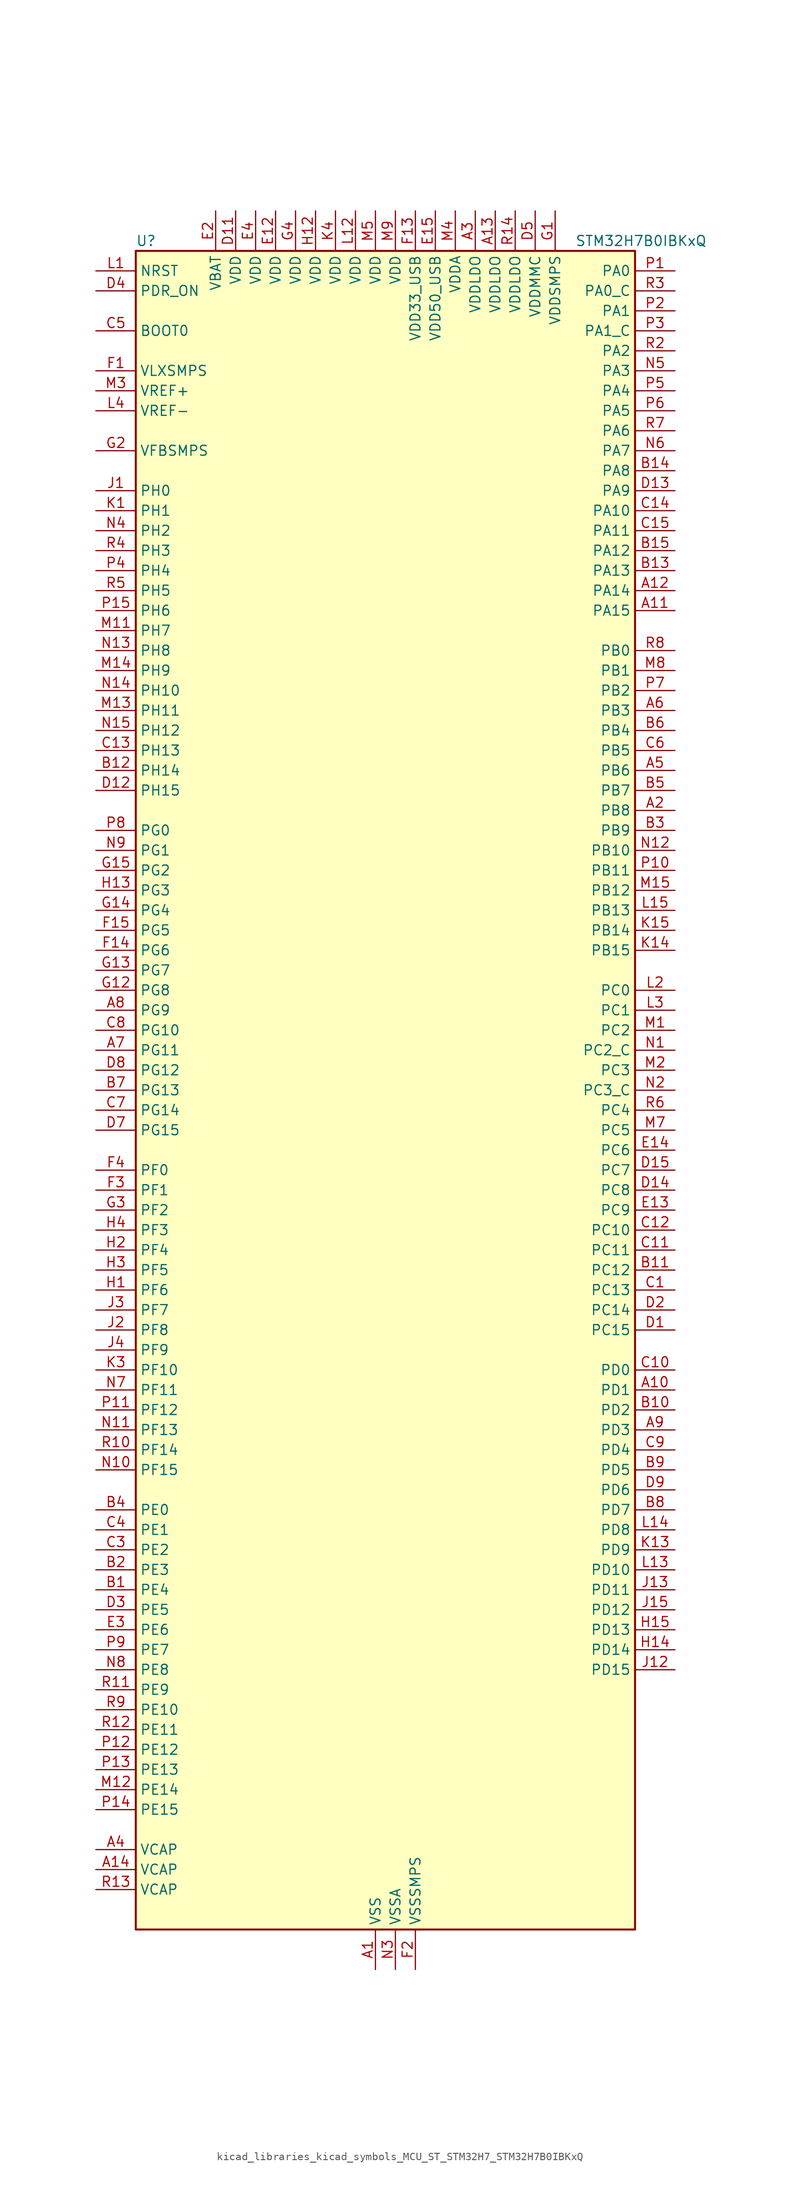
<source format=kicad_sym>
(kicad_symbol_lib
  (version 20220914)
  (generator kicad_symbol_editor)
  (symbol "kicad_libraries_kicad_symbols_MCU_ST_STM32H7_STM32H7B0IBKxQ"
    (property "Reference" "U"
      (at -30.48 107.95 0)
      (effects (font (size 1.27 1.27)) (justify left)))
    (property "Value" "STM32H7B0IBKxQ"
      (at 25.4 107.95 0)
      (effects (font (size 1.27 1.27)) (justify left)))
    (property "ki_locked" ""
      (at 0 0 0)
      (effects (font (size 1.27 1.27))))
    (symbol "kicad_libraries_kicad_symbols_MCU_ST_STM32H7_STM32H7B0IBKxQ_0_1"
      (rectangle (start -30.48 -106.68) (end 33.02 106.68) (stroke (width 0.254) (type default)) (fill (type background))))
    (symbol "kicad_libraries_kicad_symbols_MCU_ST_STM32H7_STM32H7B0IBKxQ_1_1"
      (pin power_in line (at 0 -111.76 90) (length 5.08) (name "VSS" (effects (font (size 1.27 1.27)))) (number "A1" (effects (font (size 1.27 1.27)))))
      (pin bidirectional line (at 38.1 -38.1 180) (length 5.08) (name "PD1" (effects (font (size 1.27 1.27)))) (number "A10" (effects (font (size 1.27 1.27)))) (alternate "DFSDM1_DATIN6" bidirectional line) (alternate "FDCAN1_TX" bidirectional line) (alternate "FMC_D3" bidirectional line) (alternate "FMC_DA3" bidirectional line) (alternate "UART4_TX" bidirectional line))
      (pin bidirectional line (at 38.1 60.96 180) (length 5.08) (name "PA15" (effects (font (size 1.27 1.27)))) (number "A11" (effects (font (size 1.27 1.27)))) (alternate "ADC1_EXTI15" bidirectional line) (alternate "ADC2_EXTI15" bidirectional line) (alternate "CEC" bidirectional line) (alternate "DEBUG_JTDI" bidirectional line) (alternate "I2S1_WS" bidirectional line) (alternate "I2S3_WS" bidirectional line) (alternate "I2S6_WS" bidirectional line) (alternate "LTDC_B6" bidirectional line) (alternate "LTDC_R3" bidirectional line) (alternate "SPI1_NSS" bidirectional line) (alternate "SPI3_NSS" bidirectional line) (alternate "SPI6_NSS" bidirectional line) (alternate "TIM2_CH1" bidirectional line) (alternate "TIM2_ETR" bidirectional line) (alternate "UART4_DE" bidirectional line) (alternate "UART4_RTS" bidirectional line) (alternate "UART7_TX" bidirectional line))
      (pin bidirectional line (at 38.1 63.5 180) (length 5.08) (name "PA14" (effects (font (size 1.27 1.27)))) (number "A12" (effects (font (size 1.27 1.27)))) (alternate "DEBUG_JTCK-SWCLK" bidirectional line))
      (pin power_in line (at 15.24 111.76 270) (length 5.08) (name "VDDLDO" (effects (font (size 1.27 1.27)))) (number "A13" (effects (font (size 1.27 1.27)))))
      (pin power_out line (at -35.56 -99.06 0) (length 5.08) (name "VCAP" (effects (font (size 1.27 1.27)))) (number "A14" (effects (font (size 1.27 1.27)))))
      (pin passive line (at 0 -111.76 90) (length 5.08) hide (name "VSS" (effects (font (size 1.27 1.27)))) (number "A15" (effects (font (size 1.27 1.27)))))
      (pin bidirectional line (at 38.1 35.56 180) (length 5.08) (name "PB8" (effects (font (size 1.27 1.27)))) (number "A2" (effects (font (size 1.27 1.27)))) (alternate "DCMI_D6" bidirectional line) (alternate "DFSDM1_CKIN7" bidirectional line) (alternate "FDCAN1_RX" bidirectional line) (alternate "I2C1_SCL" bidirectional line) (alternate "I2C4_SCL" bidirectional line) (alternate "LTDC_B6" bidirectional line) (alternate "PSSI_D6" bidirectional line) (alternate "SDMMC1_CKIN" bidirectional line) (alternate "SDMMC1_D4" bidirectional line) (alternate "SDMMC2_D4" bidirectional line) (alternate "TIM16_CH1" bidirectional line) (alternate "TIM4_CH3" bidirectional line) (alternate "UART4_RX" bidirectional line))
      (pin power_in line (at 12.7 111.76 270) (length 5.08) (name "VDDLDO" (effects (font (size 1.27 1.27)))) (number "A3" (effects (font (size 1.27 1.27)))))
      (pin power_out line (at -35.56 -96.52 0) (length 5.08) (name "VCAP" (effects (font (size 1.27 1.27)))) (number "A4" (effects (font (size 1.27 1.27)))))
      (pin bidirectional line (at 38.1 40.64 180) (length 5.08) (name "PB6" (effects (font (size 1.27 1.27)))) (number "A5" (effects (font (size 1.27 1.27)))) (alternate "CEC" bidirectional line) (alternate "DCMI_D5" bidirectional line) (alternate "DFSDM1_DATIN5" bidirectional line) (alternate "FDCAN2_TX" bidirectional line) (alternate "FMC_SDNE1" bidirectional line) (alternate "I2C1_SCL" bidirectional line) (alternate "I2C4_SCL" bidirectional line) (alternate "LPUART1_TX" bidirectional line) (alternate "OCTOSPIM_P1_NCS" bidirectional line) (alternate "PSSI_D5" bidirectional line) (alternate "TIM16_CH1N" bidirectional line) (alternate "TIM4_CH1" bidirectional line) (alternate "UART5_TX" bidirectional line) (alternate "USART1_TX" bidirectional line))
      (pin bidirectional line (at 38.1 48.26 180) (length 5.08) (name "PB3" (effects (font (size 1.27 1.27)))) (number "A6" (effects (font (size 1.27 1.27)))) (alternate "CRS_SYNC" bidirectional line) (alternate "DEBUG_JTDO-SWO" bidirectional line) (alternate "I2S1_CK" bidirectional line) (alternate "I2S3_CK" bidirectional line) (alternate "I2S6_CK" bidirectional line) (alternate "SDMMC2_D2" bidirectional line) (alternate "SPI1_SCK" bidirectional line) (alternate "SPI3_SCK" bidirectional line) (alternate "SPI6_SCK" bidirectional line) (alternate "TIM2_CH2" bidirectional line) (alternate "UART7_RX" bidirectional line))
      (pin bidirectional line (at -35.56 5.08 0) (length 5.08) (name "PG11" (effects (font (size 1.27 1.27)))) (number "A7" (effects (font (size 1.27 1.27)))) (alternate "ADC1_EXTI11" bidirectional line) (alternate "ADC2_EXTI11" bidirectional line) (alternate "DCMI_D3" bidirectional line) (alternate "I2S1_CK" bidirectional line) (alternate "LPTIM1_IN2" bidirectional line) (alternate "LTDC_B3" bidirectional line) (alternate "OCTOSPIM_P2_IO7" bidirectional line) (alternate "PSSI_D3" bidirectional line) (alternate "SDMMC2_D2" bidirectional line) (alternate "SPDIFRX_IN0" bidirectional line) (alternate "SPI1_SCK" bidirectional line) (alternate "USART10_RX" bidirectional line))
      (pin bidirectional line (at -35.56 10.16 0) (length 5.08) (name "PG9" (effects (font (size 1.27 1.27)))) (number "A8" (effects (font (size 1.27 1.27)))) (alternate "DAC1_EXTI9" bidirectional line) (alternate "DCMI_VSYNC" bidirectional line) (alternate "FMC_NCE" bidirectional line) (alternate "FMC_NE2" bidirectional line) (alternate "I2S1_SDI" bidirectional line) (alternate "OCTOSPIM_P1_IO6" bidirectional line) (alternate "PSSI_RDY" bidirectional line) (alternate "SAI2_FS_B" bidirectional line) (alternate "SDMMC2_D0" bidirectional line) (alternate "SPDIFRX_IN3" bidirectional line) (alternate "SPI1_MISO" bidirectional line) (alternate "USART6_RX" bidirectional line))
      (pin bidirectional line (at 38.1 -43.18 180) (length 5.08) (name "PD3" (effects (font (size 1.27 1.27)))) (number "A9" (effects (font (size 1.27 1.27)))) (alternate "DCMI_D5" bidirectional line) (alternate "DFSDM1_CKOUT" bidirectional line) (alternate "FMC_CLK" bidirectional line) (alternate "I2S2_CK" bidirectional line) (alternate "LTDC_G7" bidirectional line) (alternate "PSSI_D5" bidirectional line) (alternate "SPI2_SCK" bidirectional line) (alternate "USART2_CTS" bidirectional line) (alternate "USART2_NSS" bidirectional line))
      (pin bidirectional line (at -35.56 -63.5 0) (length 5.08) (name "PE4" (effects (font (size 1.27 1.27)))) (number "B1" (effects (font (size 1.27 1.27)))) (alternate "DCMI_D4" bidirectional line) (alternate "DEBUG_TRACED1" bidirectional line) (alternate "DFSDM1_DATIN3" bidirectional line) (alternate "FMC_A20" bidirectional line) (alternate "LTDC_B0" bidirectional line) (alternate "PSSI_D4" bidirectional line) (alternate "SAI1_D2" bidirectional line) (alternate "SAI1_FS_A" bidirectional line) (alternate "SPI4_NSS" bidirectional line) (alternate "TIM15_CH1N" bidirectional line))
      (pin bidirectional line (at 38.1 -40.64 180) (length 5.08) (name "PD2" (effects (font (size 1.27 1.27)))) (number "B10" (effects (font (size 1.27 1.27)))) (alternate "DCMI_D11" bidirectional line) (alternate "DEBUG_TRACED2" bidirectional line) (alternate "LTDC_B2" bidirectional line) (alternate "LTDC_B7" bidirectional line) (alternate "PSSI_D11" bidirectional line) (alternate "SDMMC1_CMD" bidirectional line) (alternate "TIM15_BKIN" bidirectional line) (alternate "TIM3_ETR" bidirectional line) (alternate "UART5_RX" bidirectional line))
      (pin bidirectional line (at 38.1 -22.86 180) (length 5.08) (name "PC12" (effects (font (size 1.27 1.27)))) (number "B11" (effects (font (size 1.27 1.27)))) (alternate "DCMI_D9" bidirectional line) (alternate "DEBUG_TRACED3" bidirectional line) (alternate "DFSDM2_CKOUT" bidirectional line) (alternate "I2S3_SDO" bidirectional line) (alternate "I2S6_CK" bidirectional line) (alternate "LTDC_R6" bidirectional line) (alternate "PSSI_D9" bidirectional line) (alternate "SDMMC1_CK" bidirectional line) (alternate "SPI3_MOSI" bidirectional line) (alternate "SPI6_SCK" bidirectional line) (alternate "TIM15_CH1" bidirectional line) (alternate "UART5_TX" bidirectional line) (alternate "USART3_CK" bidirectional line))
      (pin bidirectional line (at -35.56 40.64 0) (length 5.08) (name "PH14" (effects (font (size 1.27 1.27)))) (number "B12" (effects (font (size 1.27 1.27)))) (alternate "DCMI_D4" bidirectional line) (alternate "FDCAN1_RX" bidirectional line) (alternate "FMC_D22" bidirectional line) (alternate "LTDC_G3" bidirectional line) (alternate "PSSI_D4" bidirectional line) (alternate "TIM8_CH2N" bidirectional line) (alternate "UART4_RX" bidirectional line))
      (pin bidirectional line (at 38.1 66.04 180) (length 5.08) (name "PA13" (effects (font (size 1.27 1.27)))) (number "B13" (effects (font (size 1.27 1.27)))) (alternate "DEBUG_JTMS-SWDIO" bidirectional line))
      (pin bidirectional line (at 38.1 78.74 180) (length 5.08) (name "PA8" (effects (font (size 1.27 1.27)))) (number "B14" (effects (font (size 1.27 1.27)))) (alternate "I2C3_SCL" bidirectional line) (alternate "LTDC_B3" bidirectional line) (alternate "LTDC_R6" bidirectional line) (alternate "RCC_MCO_1" bidirectional line) (alternate "TIM1_CH1" bidirectional line) (alternate "TIM8_BKIN2" bidirectional line) (alternate "TIM8_BKIN2_COMP1" bidirectional line) (alternate "TIM8_BKIN2_COMP2" bidirectional line) (alternate "UART7_RX" bidirectional line) (alternate "USART1_CK" bidirectional line) (alternate "USB_OTG_HS_SOF" bidirectional line))
      (pin bidirectional line (at 38.1 68.58 180) (length 5.08) (name "PA12" (effects (font (size 1.27 1.27)))) (number "B15" (effects (font (size 1.27 1.27)))) (alternate "FDCAN1_TX" bidirectional line) (alternate "I2S2_CK" bidirectional line) (alternate "LPUART1_DE" bidirectional line) (alternate "LPUART1_RTS" bidirectional line) (alternate "LTDC_R5" bidirectional line) (alternate "SAI2_FS_B" bidirectional line) (alternate "SPI2_SCK" bidirectional line) (alternate "TIM1_ETR" bidirectional line) (alternate "UART4_TX" bidirectional line) (alternate "USART1_DE" bidirectional line) (alternate "USART1_RTS" bidirectional line) (alternate "USB_OTG_HS_DP" bidirectional line))
      (pin bidirectional line (at -35.56 -60.96 0) (length 5.08) (name "PE3" (effects (font (size 1.27 1.27)))) (number "B2" (effects (font (size 1.27 1.27)))) (alternate "DEBUG_TRACED0" bidirectional line) (alternate "FMC_A19" bidirectional line) (alternate "SAI1_SD_B" bidirectional line) (alternate "TIM15_BKIN" bidirectional line) (alternate "USART10_TX" bidirectional line))
      (pin bidirectional line (at 38.1 33.02 180) (length 5.08) (name "PB9" (effects (font (size 1.27 1.27)))) (number "B3" (effects (font (size 1.27 1.27)))) (alternate "DAC1_EXTI9" bidirectional line) (alternate "DCMI_D7" bidirectional line) (alternate "DFSDM1_DATIN7" bidirectional line) (alternate "FDCAN1_TX" bidirectional line) (alternate "I2C1_SDA" bidirectional line) (alternate "I2C4_SDA" bidirectional line) (alternate "I2C4_SMBA" bidirectional line) (alternate "I2S2_WS" bidirectional line) (alternate "LTDC_B7" bidirectional line) (alternate "PSSI_D7" bidirectional line) (alternate "SDMMC1_CDIR" bidirectional line) (alternate "SDMMC1_D5" bidirectional line) (alternate "SDMMC2_D5" bidirectional line) (alternate "SPI2_NSS" bidirectional line) (alternate "TIM17_CH1" bidirectional line) (alternate "TIM4_CH4" bidirectional line) (alternate "UART4_TX" bidirectional line))
      (pin bidirectional line (at -35.56 -53.34 0) (length 5.08) (name "PE0" (effects (font (size 1.27 1.27)))) (number "B4" (effects (font (size 1.27 1.27)))) (alternate "DCMI_D2" bidirectional line) (alternate "FMC_NBL0" bidirectional line) (alternate "LPTIM1_ETR" bidirectional line) (alternate "LPTIM2_ETR" bidirectional line) (alternate "LTDC_R0" bidirectional line) (alternate "PSSI_D2" bidirectional line) (alternate "SAI2_MCLK_A" bidirectional line) (alternate "TIM4_ETR" bidirectional line) (alternate "UART8_RX" bidirectional line))
      (pin bidirectional line (at 38.1 38.1 180) (length 5.08) (name "PB7" (effects (font (size 1.27 1.27)))) (number "B5" (effects (font (size 1.27 1.27)))) (alternate "DCMI_VSYNC" bidirectional line) (alternate "DFSDM1_CKIN5" bidirectional line) (alternate "FMC_NL" bidirectional line) (alternate "I2C1_SDA" bidirectional line) (alternate "I2C4_SDA" bidirectional line) (alternate "LPUART1_RX" bidirectional line) (alternate "PSSI_RDY" bidirectional line) (alternate "PWR_PVD_IN" bidirectional line) (alternate "TIM17_CH1N" bidirectional line) (alternate "TIM4_CH2" bidirectional line) (alternate "USART1_RX" bidirectional line))
      (pin bidirectional line (at 38.1 45.72 180) (length 5.08) (name "PB4" (effects (font (size 1.27 1.27)))) (number "B6" (effects (font (size 1.27 1.27)))) (alternate "DEBUG_JTRST" bidirectional line) (alternate "I2S1_SDI" bidirectional line) (alternate "I2S2_WS" bidirectional line) (alternate "I2S3_SDI" bidirectional line) (alternate "I2S6_SDI" bidirectional line) (alternate "SDMMC2_D3" bidirectional line) (alternate "SPI1_MISO" bidirectional line) (alternate "SPI2_NSS" bidirectional line) (alternate "SPI3_MISO" bidirectional line) (alternate "SPI6_MISO" bidirectional line) (alternate "TIM16_BKIN" bidirectional line) (alternate "TIM3_CH1" bidirectional line) (alternate "UART7_TX" bidirectional line))
      (pin bidirectional line (at -35.56 0 0) (length 5.08) (name "PG13" (effects (font (size 1.27 1.27)))) (number "B7" (effects (font (size 1.27 1.27)))) (alternate "DEBUG_TRACED0" bidirectional line) (alternate "FMC_A24" bidirectional line) (alternate "I2S6_CK" bidirectional line) (alternate "LPTIM1_OUT" bidirectional line) (alternate "LTDC_R0" bidirectional line) (alternate "SDMMC2_D6" bidirectional line) (alternate "SPI6_SCK" bidirectional line) (alternate "USART10_CTS" bidirectional line) (alternate "USART10_NSS" bidirectional line) (alternate "USART6_CTS" bidirectional line) (alternate "USART6_NSS" bidirectional line))
      (pin bidirectional line (at 38.1 -53.34 180) (length 5.08) (name "PD7" (effects (font (size 1.27 1.27)))) (number "B8" (effects (font (size 1.27 1.27)))) (alternate "DFSDM1_CKIN1" bidirectional line) (alternate "DFSDM1_DATIN4" bidirectional line) (alternate "FMC_NE1" bidirectional line) (alternate "I2S1_SDO" bidirectional line) (alternate "OCTOSPIM_P1_IO7" bidirectional line) (alternate "SDMMC2_CMD" bidirectional line) (alternate "SPDIFRX_IN0" bidirectional line) (alternate "SPI1_MOSI" bidirectional line) (alternate "USART2_CK" bidirectional line))
      (pin bidirectional line (at 38.1 -48.26 180) (length 5.08) (name "PD5" (effects (font (size 1.27 1.27)))) (number "B9" (effects (font (size 1.27 1.27)))) (alternate "FMC_NWE" bidirectional line) (alternate "OCTOSPIM_P1_IO5" bidirectional line) (alternate "USART2_TX" bidirectional line))
      (pin bidirectional line (at 38.1 -25.4 180) (length 5.08) (name "PC13" (effects (font (size 1.27 1.27)))) (number "C1" (effects (font (size 1.27 1.27)))) (alternate "PWR_WKUP4" bidirectional line) (alternate "RTC_OUT_ALARM" bidirectional line) (alternate "RTC_OUT_CALIB" bidirectional line) (alternate "RTC_TAMP1" bidirectional line) (alternate "RTC_TS" bidirectional line))
      (pin bidirectional line (at 38.1 -35.56 180) (length 5.08) (name "PD0" (effects (font (size 1.27 1.27)))) (number "C10" (effects (font (size 1.27 1.27)))) (alternate "DFSDM1_CKIN6" bidirectional line) (alternate "FDCAN1_RX" bidirectional line) (alternate "FMC_D2" bidirectional line) (alternate "FMC_DA2" bidirectional line) (alternate "LTDC_B1" bidirectional line) (alternate "UART4_RX" bidirectional line) (alternate "UART9_CTS" bidirectional line))
      (pin bidirectional line (at 38.1 -20.32 180) (length 5.08) (name "PC11" (effects (font (size 1.27 1.27)))) (number "C11" (effects (font (size 1.27 1.27)))) (alternate "ADC1_EXTI11" bidirectional line) (alternate "ADC2_EXTI11" bidirectional line) (alternate "DCMI_D4" bidirectional line) (alternate "DFSDM1_DATIN5" bidirectional line) (alternate "DFSDM2_DATIN0" bidirectional line) (alternate "I2S3_SDI" bidirectional line) (alternate "LTDC_B4" bidirectional line) (alternate "OCTOSPIM_P1_NCS" bidirectional line) (alternate "PSSI_D4" bidirectional line) (alternate "SDMMC1_D3" bidirectional line) (alternate "SPI3_MISO" bidirectional line) (alternate "UART4_RX" bidirectional line) (alternate "USART3_RX" bidirectional line))
      (pin bidirectional line (at 38.1 -17.78 180) (length 5.08) (name "PC10" (effects (font (size 1.27 1.27)))) (number "C12" (effects (font (size 1.27 1.27)))) (alternate "DCMI_D8" bidirectional line) (alternate "DFSDM1_CKIN5" bidirectional line) (alternate "DFSDM2_CKIN0" bidirectional line) (alternate "I2S3_CK" bidirectional line) (alternate "LTDC_B1" bidirectional line) (alternate "LTDC_R2" bidirectional line) (alternate "OCTOSPIM_P1_IO1" bidirectional line) (alternate "PSSI_D8" bidirectional line) (alternate "SDMMC1_D2" bidirectional line) (alternate "SPI3_SCK" bidirectional line) (alternate "SWPMI1_RX" bidirectional line) (alternate "UART4_TX" bidirectional line) (alternate "USART3_TX" bidirectional line))
      (pin bidirectional line (at -35.56 43.18 0) (length 5.08) (name "PH13" (effects (font (size 1.27 1.27)))) (number "C13" (effects (font (size 1.27 1.27)))) (alternate "FDCAN1_TX" bidirectional line) (alternate "FMC_D21" bidirectional line) (alternate "LTDC_G2" bidirectional line) (alternate "TIM8_CH1N" bidirectional line) (alternate "UART4_TX" bidirectional line))
      (pin bidirectional line (at 38.1 73.66 180) (length 5.08) (name "PA10" (effects (font (size 1.27 1.27)))) (number "C14" (effects (font (size 1.27 1.27)))) (alternate "DCMI_D1" bidirectional line) (alternate "LPUART1_RX" bidirectional line) (alternate "LTDC_B1" bidirectional line) (alternate "LTDC_B4" bidirectional line) (alternate "MDIOS_MDIO" bidirectional line) (alternate "PSSI_D1" bidirectional line) (alternate "TIM1_CH3" bidirectional line) (alternate "USART1_RX" bidirectional line) (alternate "USB_OTG_HS_ID" bidirectional line))
      (pin bidirectional line (at 38.1 71.12 180) (length 5.08) (name "PA11" (effects (font (size 1.27 1.27)))) (number "C15" (effects (font (size 1.27 1.27)))) (alternate "ADC1_EXTI11" bidirectional line) (alternate "ADC2_EXTI11" bidirectional line) (alternate "FDCAN1_RX" bidirectional line) (alternate "I2S2_WS" bidirectional line) (alternate "LPUART1_CTS" bidirectional line) (alternate "LTDC_R4" bidirectional line) (alternate "SPI2_NSS" bidirectional line) (alternate "TIM1_CH4" bidirectional line) (alternate "UART4_RX" bidirectional line) (alternate "USART1_CTS" bidirectional line) (alternate "USART1_NSS" bidirectional line) (alternate "USB_OTG_HS_DM" bidirectional line))
      (pin passive line (at 0 -111.76 90) (length 5.08) hide (name "VSS" (effects (font (size 1.27 1.27)))) (number "C2" (effects (font (size 1.27 1.27)))))
      (pin bidirectional line (at -35.56 -58.42 0) (length 5.08) (name "PE2" (effects (font (size 1.27 1.27)))) (number "C3" (effects (font (size 1.27 1.27)))) (alternate "DEBUG_TRACECLK" bidirectional line) (alternate "FMC_A23" bidirectional line) (alternate "OCTOSPIM_P1_IO2" bidirectional line) (alternate "SAI1_CK1" bidirectional line) (alternate "SAI1_MCLK_A" bidirectional line) (alternate "SPI4_SCK" bidirectional line) (alternate "USART10_RX" bidirectional line))
      (pin bidirectional line (at -35.56 -55.88 0) (length 5.08) (name "PE1" (effects (font (size 1.27 1.27)))) (number "C4" (effects (font (size 1.27 1.27)))) (alternate "DCMI_D3" bidirectional line) (alternate "FMC_NBL1" bidirectional line) (alternate "LPTIM1_IN2" bidirectional line) (alternate "LTDC_R6" bidirectional line) (alternate "PSSI_D3" bidirectional line) (alternate "UART8_TX" bidirectional line))
      (pin input line (at -35.56 96.52 0) (length 5.08) (name "BOOT0" (effects (font (size 1.27 1.27)))) (number "C5" (effects (font (size 1.27 1.27)))))
      (pin bidirectional line (at 38.1 43.18 180) (length 5.08) (name "PB5" (effects (font (size 1.27 1.27)))) (number "C6" (effects (font (size 1.27 1.27)))) (alternate "DCMI_D10" bidirectional line) (alternate "FDCAN2_RX" bidirectional line) (alternate "FMC_SDCKE1" bidirectional line) (alternate "I2C1_SMBA" bidirectional line) (alternate "I2C4_SMBA" bidirectional line) (alternate "I2S1_SDO" bidirectional line) (alternate "I2S3_SDO" bidirectional line) (alternate "I2S6_SDO" bidirectional line) (alternate "LTDC_B5" bidirectional line) (alternate "PSSI_D10" bidirectional line) (alternate "SPI1_MOSI" bidirectional line) (alternate "SPI3_MOSI" bidirectional line) (alternate "SPI6_MOSI" bidirectional line) (alternate "TIM17_BKIN" bidirectional line) (alternate "TIM3_CH2" bidirectional line) (alternate "UART5_RX" bidirectional line) (alternate "USB_OTG_HS_ULPI_D7" bidirectional line))
      (pin bidirectional line (at -35.56 -2.54 0) (length 5.08) (name "PG14" (effects (font (size 1.27 1.27)))) (number "C7" (effects (font (size 1.27 1.27)))) (alternate "DEBUG_TRACED1" bidirectional line) (alternate "FMC_A25" bidirectional line) (alternate "I2S6_SDO" bidirectional line) (alternate "LPTIM1_ETR" bidirectional line) (alternate "LTDC_B0" bidirectional line) (alternate "OCTOSPIM_P1_IO7" bidirectional line) (alternate "SDMMC2_D7" bidirectional line) (alternate "SPI6_MOSI" bidirectional line) (alternate "USART10_DE" bidirectional line) (alternate "USART10_RTS" bidirectional line) (alternate "USART6_TX" bidirectional line))
      (pin bidirectional line (at -35.56 7.62 0) (length 5.08) (name "PG10" (effects (font (size 1.27 1.27)))) (number "C8" (effects (font (size 1.27 1.27)))) (alternate "DCMI_D2" bidirectional line) (alternate "FMC_NE3" bidirectional line) (alternate "I2S1_WS" bidirectional line) (alternate "LTDC_B2" bidirectional line) (alternate "LTDC_G3" bidirectional line) (alternate "OCTOSPIM_P2_IO6" bidirectional line) (alternate "PSSI_D2" bidirectional line) (alternate "SAI2_SD_B" bidirectional line) (alternate "SDMMC2_D1" bidirectional line) (alternate "SPI1_NSS" bidirectional line))
      (pin bidirectional line (at 38.1 -45.72 180) (length 5.08) (name "PD4" (effects (font (size 1.27 1.27)))) (number "C9" (effects (font (size 1.27 1.27)))) (alternate "FMC_NOE" bidirectional line) (alternate "OCTOSPIM_P1_IO4" bidirectional line) (alternate "USART2_DE" bidirectional line) (alternate "USART2_RTS" bidirectional line))
      (pin bidirectional line (at 38.1 -30.48 180) (length 5.08) (name "PC15" (effects (font (size 1.27 1.27)))) (number "D1" (effects (font (size 1.27 1.27)))) (alternate "ADC1_EXTI15" bidirectional line) (alternate "ADC2_EXTI15" bidirectional line) (alternate "RCC_OSC32_OUT" bidirectional line))
      (pin passive line (at 0 -111.76 90) (length 5.08) hide (name "VSS" (effects (font (size 1.27 1.27)))) (number "D10" (effects (font (size 1.27 1.27)))))
      (pin power_in line (at -17.78 111.76 270) (length 5.08) (name "VDD" (effects (font (size 1.27 1.27)))) (number "D11" (effects (font (size 1.27 1.27)))))
      (pin bidirectional line (at -35.56 38.1 0) (length 5.08) (name "PH15" (effects (font (size 1.27 1.27)))) (number "D12" (effects (font (size 1.27 1.27)))) (alternate "ADC1_EXTI15" bidirectional line) (alternate "ADC2_EXTI15" bidirectional line) (alternate "DCMI_D11" bidirectional line) (alternate "FMC_D23" bidirectional line) (alternate "LTDC_G4" bidirectional line) (alternate "PSSI_D11" bidirectional line) (alternate "TIM8_CH3N" bidirectional line))
      (pin bidirectional line (at 38.1 76.2 180) (length 5.08) (name "PA9" (effects (font (size 1.27 1.27)))) (number "D13" (effects (font (size 1.27 1.27)))) (alternate "DAC1_EXTI9" bidirectional line) (alternate "DCMI_D0" bidirectional line) (alternate "I2C3_SMBA" bidirectional line) (alternate "I2S2_CK" bidirectional line) (alternate "LPUART1_TX" bidirectional line) (alternate "LTDC_R5" bidirectional line) (alternate "PSSI_D0" bidirectional line) (alternate "SPI2_SCK" bidirectional line) (alternate "TIM1_CH2" bidirectional line) (alternate "USART1_TX" bidirectional line) (alternate "USB_OTG_HS_VBUS" bidirectional line))
      (pin bidirectional line (at 38.1 -12.7 180) (length 5.08) (name "PC8" (effects (font (size 1.27 1.27)))) (number "D14" (effects (font (size 1.27 1.27)))) (alternate "DCMI_D2" bidirectional line) (alternate "DEBUG_TRACED1" bidirectional line) (alternate "FMC_INT" bidirectional line) (alternate "FMC_NCE" bidirectional line) (alternate "FMC_NE2" bidirectional line) (alternate "PSSI_D2" bidirectional line) (alternate "SDMMC1_D0" bidirectional line) (alternate "SWPMI1_RX" bidirectional line) (alternate "TIM3_CH3" bidirectional line) (alternate "TIM8_CH3" bidirectional line) (alternate "UART5_DE" bidirectional line) (alternate "UART5_RTS" bidirectional line) (alternate "USART6_CK" bidirectional line))
      (pin bidirectional line (at 38.1 -10.16 180) (length 5.08) (name "PC7" (effects (font (size 1.27 1.27)))) (number "D15" (effects (font (size 1.27 1.27)))) (alternate "DCMI_D1" bidirectional line) (alternate "DEBUG_TRGIO" bidirectional line) (alternate "DFSDM1_DATIN3" bidirectional line) (alternate "FMC_NE1" bidirectional line) (alternate "I2S3_MCK" bidirectional line) (alternate "LTDC_G6" bidirectional line) (alternate "PSSI_D1" bidirectional line) (alternate "SDMMC1_D123DIR" bidirectional line) (alternate "SDMMC1_D7" bidirectional line) (alternate "SDMMC2_D7" bidirectional line) (alternate "SWPMI1_TX" bidirectional line) (alternate "TIM3_CH2" bidirectional line) (alternate "TIM8_CH2" bidirectional line) (alternate "USART6_RX" bidirectional line))
      (pin bidirectional line (at 38.1 -27.94 180) (length 5.08) (name "PC14" (effects (font (size 1.27 1.27)))) (number "D2" (effects (font (size 1.27 1.27)))) (alternate "RCC_OSC32_IN" bidirectional line))
      (pin bidirectional line (at -35.56 -66.04 0) (length 5.08) (name "PE5" (effects (font (size 1.27 1.27)))) (number "D3" (effects (font (size 1.27 1.27)))) (alternate "DCMI_D6" bidirectional line) (alternate "DEBUG_TRACED2" bidirectional line) (alternate "DFSDM1_CKIN3" bidirectional line) (alternate "FMC_A21" bidirectional line) (alternate "LTDC_G0" bidirectional line) (alternate "PSSI_D6" bidirectional line) (alternate "SAI1_CK2" bidirectional line) (alternate "SAI1_SCK_A" bidirectional line) (alternate "SPI4_MISO" bidirectional line) (alternate "TIM15_CH1" bidirectional line))
      (pin input line (at -35.56 101.6 0) (length 5.08) (name "PDR_ON" (effects (font (size 1.27 1.27)))) (number "D4" (effects (font (size 1.27 1.27)))))
      (pin power_in line (at 20.32 111.76 270) (length 5.08) (name "VDDMMC" (effects (font (size 1.27 1.27)))) (number "D5" (effects (font (size 1.27 1.27)))))
      (pin passive line (at 0 -111.76 90) (length 5.08) hide (name "VSS" (effects (font (size 1.27 1.27)))) (number "D6" (effects (font (size 1.27 1.27)))))
      (pin bidirectional line (at -35.56 -5.08 0) (length 5.08) (name "PG15" (effects (font (size 1.27 1.27)))) (number "D7" (effects (font (size 1.27 1.27)))) (alternate "ADC1_EXTI15" bidirectional line) (alternate "ADC2_EXTI15" bidirectional line) (alternate "DCMI_D13" bidirectional line) (alternate "FMC_SDNCAS" bidirectional line) (alternate "OCTOSPIM_P2_DQS" bidirectional line) (alternate "PSSI_D13" bidirectional line) (alternate "USART10_CK" bidirectional line) (alternate "USART6_CTS" bidirectional line) (alternate "USART6_NSS" bidirectional line))
      (pin bidirectional line (at -35.56 2.54 0) (length 5.08) (name "PG12" (effects (font (size 1.27 1.27)))) (number "D8" (effects (font (size 1.27 1.27)))) (alternate "FMC_NE4" bidirectional line) (alternate "I2S6_SDI" bidirectional line) (alternate "LPTIM1_IN1" bidirectional line) (alternate "LTDC_B1" bidirectional line) (alternate "LTDC_B4" bidirectional line) (alternate "OCTOSPIM_P2_NCS" bidirectional line) (alternate "SDMMC2_D3" bidirectional line) (alternate "SPDIFRX_IN1" bidirectional line) (alternate "SPI6_MISO" bidirectional line) (alternate "USART10_TX" bidirectional line) (alternate "USART6_DE" bidirectional line) (alternate "USART6_RTS" bidirectional line))
      (pin bidirectional line (at 38.1 -50.8 180) (length 5.08) (name "PD6" (effects (font (size 1.27 1.27)))) (number "D9" (effects (font (size 1.27 1.27)))) (alternate "DCMI_D10" bidirectional line) (alternate "DFSDM1_CKIN4" bidirectional line) (alternate "DFSDM1_DATIN1" bidirectional line) (alternate "FMC_NWAIT" bidirectional line) (alternate "I2S3_SDO" bidirectional line) (alternate "LTDC_B2" bidirectional line) (alternate "OCTOSPIM_P1_IO6" bidirectional line) (alternate "PSSI_D10" bidirectional line) (alternate "SAI1_D1" bidirectional line) (alternate "SAI1_SD_A" bidirectional line) (alternate "SDMMC2_CK" bidirectional line) (alternate "SPI3_MOSI" bidirectional line) (alternate "USART2_RX" bidirectional line))
      (pin passive line (at 0 -111.76 90) (length 5.08) hide (name "VSS" (effects (font (size 1.27 1.27)))) (number "E1" (effects (font (size 1.27 1.27)))))
      (pin power_in line (at -12.7 111.76 270) (length 5.08) (name "VDD" (effects (font (size 1.27 1.27)))) (number "E12" (effects (font (size 1.27 1.27)))))
      (pin bidirectional line (at 38.1 -15.24 180) (length 5.08) (name "PC9" (effects (font (size 1.27 1.27)))) (number "E13" (effects (font (size 1.27 1.27)))) (alternate "DAC1_EXTI9" bidirectional line) (alternate "DCMI_D3" bidirectional line) (alternate "I2C3_SDA" bidirectional line) (alternate "I2S_CKIN" bidirectional line) (alternate "LTDC_B2" bidirectional line) (alternate "LTDC_G3" bidirectional line) (alternate "OCTOSPIM_P1_IO0" bidirectional line) (alternate "PSSI_D3" bidirectional line) (alternate "RCC_MCO_2" bidirectional line) (alternate "SDMMC1_D1" bidirectional line) (alternate "SWPMI1_SUSPEND" bidirectional line) (alternate "TIM3_CH4" bidirectional line) (alternate "TIM8_CH4" bidirectional line) (alternate "UART5_CTS" bidirectional line))
      (pin bidirectional line (at 38.1 -7.62 180) (length 5.08) (name "PC6" (effects (font (size 1.27 1.27)))) (number "E14" (effects (font (size 1.27 1.27)))) (alternate "DCMI_D0" bidirectional line) (alternate "DFSDM1_CKIN3" bidirectional line) (alternate "FMC_NWAIT" bidirectional line) (alternate "I2S2_MCK" bidirectional line) (alternate "LTDC_HSYNC" bidirectional line) (alternate "PSSI_D0" bidirectional line) (alternate "SDMMC1_D0DIR" bidirectional line) (alternate "SDMMC1_D6" bidirectional line) (alternate "SDMMC2_D6" bidirectional line) (alternate "SWPMI1_IO" bidirectional line) (alternate "TIM3_CH1" bidirectional line) (alternate "TIM8_CH1" bidirectional line) (alternate "USART6_TX" bidirectional line))
      (pin power_in line (at 7.62 111.76 270) (length 5.08) (name "VDD50_USB" (effects (font (size 1.27 1.27)))) (number "E15" (effects (font (size 1.27 1.27)))))
      (pin power_in line (at -20.32 111.76 270) (length 5.08) (name "VBAT" (effects (font (size 1.27 1.27)))) (number "E2" (effects (font (size 1.27 1.27)))))
      (pin bidirectional line (at -35.56 -68.58 0) (length 5.08) (name "PE6" (effects (font (size 1.27 1.27)))) (number "E3" (effects (font (size 1.27 1.27)))) (alternate "DCMI_D7" bidirectional line) (alternate "DEBUG_TRACED3" bidirectional line) (alternate "FMC_A22" bidirectional line) (alternate "LTDC_G1" bidirectional line) (alternate "PSSI_D7" bidirectional line) (alternate "SAI1_D1" bidirectional line) (alternate "SAI1_SD_A" bidirectional line) (alternate "SAI2_MCLK_B" bidirectional line) (alternate "SPI4_MOSI" bidirectional line) (alternate "TIM15_CH2" bidirectional line) (alternate "TIM1_BKIN2" bidirectional line) (alternate "TIM1_BKIN2_COMP1" bidirectional line) (alternate "TIM1_BKIN2_COMP2" bidirectional line))
      (pin power_in line (at -15.24 111.76 270) (length 5.08) (name "VDD" (effects (font (size 1.27 1.27)))) (number "E4" (effects (font (size 1.27 1.27)))))
      (pin power_in line (at -35.56 91.44 0) (length 5.08) (name "VLXSMPS" (effects (font (size 1.27 1.27)))) (number "F1" (effects (font (size 1.27 1.27)))))
      (pin passive line (at 0 -111.76 90) (length 5.08) hide (name "VSS" (effects (font (size 1.27 1.27)))) (number "F10" (effects (font (size 1.27 1.27)))))
      (pin passive line (at 0 -111.76 90) (length 5.08) hide (name "VSS" (effects (font (size 1.27 1.27)))) (number "F12" (effects (font (size 1.27 1.27)))))
      (pin power_in line (at 5.08 111.76 270) (length 5.08) (name "VDD33_USB" (effects (font (size 1.27 1.27)))) (number "F13" (effects (font (size 1.27 1.27)))))
      (pin bidirectional line (at -35.56 17.78 0) (length 5.08) (name "PG6" (effects (font (size 1.27 1.27)))) (number "F14" (effects (font (size 1.27 1.27)))) (alternate "DCMI_D12" bidirectional line) (alternate "FMC_NE3" bidirectional line) (alternate "LTDC_R7" bidirectional line) (alternate "OCTOSPIM_P1_NCS" bidirectional line) (alternate "PSSI_D12" bidirectional line) (alternate "TIM17_BKIN" bidirectional line))
      (pin bidirectional line (at -35.56 20.32 0) (length 5.08) (name "PG5" (effects (font (size 1.27 1.27)))) (number "F15" (effects (font (size 1.27 1.27)))) (alternate "FMC_A15" bidirectional line) (alternate "FMC_BA1" bidirectional line) (alternate "TIM1_ETR" bidirectional line))
      (pin power_in line (at 5.08 -111.76 90) (length 5.08) (name "VSSSMPS" (effects (font (size 1.27 1.27)))) (number "F2" (effects (font (size 1.27 1.27)))))
      (pin bidirectional line (at -35.56 -12.7 0) (length 5.08) (name "PF1" (effects (font (size 1.27 1.27)))) (number "F3" (effects (font (size 1.27 1.27)))) (alternate "FMC_A1" bidirectional line) (alternate "I2C2_SCL" bidirectional line) (alternate "OCTOSPIM_P2_IO1" bidirectional line))
      (pin bidirectional line (at -35.56 -10.16 0) (length 5.08) (name "PF0" (effects (font (size 1.27 1.27)))) (number "F4" (effects (font (size 1.27 1.27)))) (alternate "FMC_A0" bidirectional line) (alternate "I2C2_SDA" bidirectional line) (alternate "OCTOSPIM_P2_IO0" bidirectional line))
      (pin passive line (at 0 -111.76 90) (length 5.08) hide (name "VSS" (effects (font (size 1.27 1.27)))) (number "F6" (effects (font (size 1.27 1.27)))))
      (pin passive line (at 0 -111.76 90) (length 5.08) hide (name "VSS" (effects (font (size 1.27 1.27)))) (number "F7" (effects (font (size 1.27 1.27)))))
      (pin passive line (at 0 -111.76 90) (length 5.08) hide (name "VSS" (effects (font (size 1.27 1.27)))) (number "F8" (effects (font (size 1.27 1.27)))))
      (pin passive line (at 0 -111.76 90) (length 5.08) hide (name "VSS" (effects (font (size 1.27 1.27)))) (number "F9" (effects (font (size 1.27 1.27)))))
      (pin power_in line (at 22.86 111.76 270) (length 5.08) (name "VDDSMPS" (effects (font (size 1.27 1.27)))) (number "G1" (effects (font (size 1.27 1.27)))))
      (pin passive line (at 0 -111.76 90) (length 5.08) hide (name "VSS" (effects (font (size 1.27 1.27)))) (number "G10" (effects (font (size 1.27 1.27)))))
      (pin bidirectional line (at -35.56 12.7 0) (length 5.08) (name "PG8" (effects (font (size 1.27 1.27)))) (number "G12" (effects (font (size 1.27 1.27)))) (alternate "FMC_SDCLK" bidirectional line) (alternate "I2S6_WS" bidirectional line) (alternate "LTDC_G7" bidirectional line) (alternate "SPDIFRX_IN2" bidirectional line) (alternate "SPI6_NSS" bidirectional line) (alternate "TIM8_ETR" bidirectional line) (alternate "USART6_DE" bidirectional line) (alternate "USART6_RTS" bidirectional line))
      (pin bidirectional line (at -35.56 15.24 0) (length 5.08) (name "PG7" (effects (font (size 1.27 1.27)))) (number "G13" (effects (font (size 1.27 1.27)))) (alternate "DCMI_D13" bidirectional line) (alternate "FMC_INT" bidirectional line) (alternate "LTDC_CLK" bidirectional line) (alternate "OCTOSPIM_P2_DQS" bidirectional line) (alternate "PSSI_D13" bidirectional line) (alternate "SAI1_MCLK_A" bidirectional line) (alternate "USART6_CK" bidirectional line))
      (pin bidirectional line (at -35.56 22.86 0) (length 5.08) (name "PG4" (effects (font (size 1.27 1.27)))) (number "G14" (effects (font (size 1.27 1.27)))) (alternate "FMC_A14" bidirectional line) (alternate "FMC_BA0" bidirectional line) (alternate "TIM1_BKIN2" bidirectional line) (alternate "TIM1_BKIN2_COMP1" bidirectional line) (alternate "TIM1_BKIN2_COMP2" bidirectional line))
      (pin bidirectional line (at -35.56 27.94 0) (length 5.08) (name "PG2" (effects (font (size 1.27 1.27)))) (number "G15" (effects (font (size 1.27 1.27)))) (alternate "FMC_A12" bidirectional line) (alternate "TIM8_BKIN" bidirectional line) (alternate "TIM8_BKIN_COMP1" bidirectional line) (alternate "TIM8_BKIN_COMP2" bidirectional line))
      (pin input line (at -35.56 81.28 0) (length 5.08) (name "VFBSMPS" (effects (font (size 1.27 1.27)))) (number "G2" (effects (font (size 1.27 1.27)))))
      (pin bidirectional line (at -35.56 -15.24 0) (length 5.08) (name "PF2" (effects (font (size 1.27 1.27)))) (number "G3" (effects (font (size 1.27 1.27)))) (alternate "FMC_A2" bidirectional line) (alternate "I2C2_SMBA" bidirectional line) (alternate "OCTOSPIM_P2_IO2" bidirectional line))
      (pin power_in line (at -10.16 111.76 270) (length 5.08) (name "VDD" (effects (font (size 1.27 1.27)))) (number "G4" (effects (font (size 1.27 1.27)))))
      (pin passive line (at 0 -111.76 90) (length 5.08) hide (name "VSS" (effects (font (size 1.27 1.27)))) (number "G6" (effects (font (size 1.27 1.27)))))
      (pin passive line (at 0 -111.76 90) (length 5.08) hide (name "VSS" (effects (font (size 1.27 1.27)))) (number "G7" (effects (font (size 1.27 1.27)))))
      (pin passive line (at 0 -111.76 90) (length 5.08) hide (name "VSS" (effects (font (size 1.27 1.27)))) (number "G8" (effects (font (size 1.27 1.27)))))
      (pin passive line (at 0 -111.76 90) (length 5.08) hide (name "VSS" (effects (font (size 1.27 1.27)))) (number "G9" (effects (font (size 1.27 1.27)))))
      (pin bidirectional line (at -35.56 -25.4 0) (length 5.08) (name "PF6" (effects (font (size 1.27 1.27)))) (number "H1" (effects (font (size 1.27 1.27)))) (alternate "OCTOSPIM_P1_IO3" bidirectional line) (alternate "SAI1_SD_B" bidirectional line) (alternate "SPI5_NSS" bidirectional line) (alternate "TIM16_CH1" bidirectional line) (alternate "UART7_RX" bidirectional line))
      (pin passive line (at 0 -111.76 90) (length 5.08) hide (name "VSS" (effects (font (size 1.27 1.27)))) (number "H10" (effects (font (size 1.27 1.27)))))
      (pin power_in line (at -7.62 111.76 270) (length 5.08) (name "VDD" (effects (font (size 1.27 1.27)))) (number "H12" (effects (font (size 1.27 1.27)))))
      (pin bidirectional line (at -35.56 25.4 0) (length 5.08) (name "PG3" (effects (font (size 1.27 1.27)))) (number "H13" (effects (font (size 1.27 1.27)))) (alternate "FMC_A13" bidirectional line) (alternate "TIM8_BKIN2" bidirectional line) (alternate "TIM8_BKIN2_COMP1" bidirectional line) (alternate "TIM8_BKIN2_COMP2" bidirectional line))
      (pin bidirectional line (at 38.1 -71.12 180) (length 5.08) (name "PD14" (effects (font (size 1.27 1.27)))) (number "H14" (effects (font (size 1.27 1.27)))) (alternate "FMC_D0" bidirectional line) (alternate "FMC_DA0" bidirectional line) (alternate "TIM4_CH3" bidirectional line) (alternate "UART8_CTS" bidirectional line) (alternate "UART9_RX" bidirectional line))
      (pin bidirectional line (at 38.1 -68.58 180) (length 5.08) (name "PD13" (effects (font (size 1.27 1.27)))) (number "H15" (effects (font (size 1.27 1.27)))) (alternate "DCMI_D13" bidirectional line) (alternate "FMC_A18" bidirectional line) (alternate "I2C4_SDA" bidirectional line) (alternate "LPTIM1_OUT" bidirectional line) (alternate "OCTOSPIM_P1_IO3" bidirectional line) (alternate "PSSI_D13" bidirectional line) (alternate "SAI2_SCK_A" bidirectional line) (alternate "TIM4_CH2" bidirectional line) (alternate "UART9_DE" bidirectional line) (alternate "UART9_RTS" bidirectional line))
      (pin bidirectional line (at -35.56 -20.32 0) (length 5.08) (name "PF4" (effects (font (size 1.27 1.27)))) (number "H2" (effects (font (size 1.27 1.27)))) (alternate "FMC_A4" bidirectional line) (alternate "OCTOSPIM_P2_CLK" bidirectional line))
      (pin bidirectional line (at -35.56 -22.86 0) (length 5.08) (name "PF5" (effects (font (size 1.27 1.27)))) (number "H3" (effects (font (size 1.27 1.27)))) (alternate "FMC_A5" bidirectional line) (alternate "OCTOSPIM_P2_NCLK" bidirectional line))
      (pin bidirectional line (at -35.56 -17.78 0) (length 5.08) (name "PF3" (effects (font (size 1.27 1.27)))) (number "H4" (effects (font (size 1.27 1.27)))) (alternate "FMC_A3" bidirectional line) (alternate "OCTOSPIM_P2_IO3" bidirectional line))
      (pin passive line (at 0 -111.76 90) (length 5.08) hide (name "VSS" (effects (font (size 1.27 1.27)))) (number "H6" (effects (font (size 1.27 1.27)))))
      (pin passive line (at 0 -111.76 90) (length 5.08) hide (name "VSS" (effects (font (size 1.27 1.27)))) (number "H7" (effects (font (size 1.27 1.27)))))
      (pin passive line (at 0 -111.76 90) (length 5.08) hide (name "VSS" (effects (font (size 1.27 1.27)))) (number "H8" (effects (font (size 1.27 1.27)))))
      (pin passive line (at 0 -111.76 90) (length 5.08) hide (name "VSS" (effects (font (size 1.27 1.27)))) (number "H9" (effects (font (size 1.27 1.27)))))
      (pin bidirectional line (at -35.56 76.2 0) (length 5.08) (name "PH0" (effects (font (size 1.27 1.27)))) (number "J1" (effects (font (size 1.27 1.27)))) (alternate "RCC_OSC_IN" bidirectional line))
      (pin passive line (at 0 -111.76 90) (length 5.08) hide (name "VSS" (effects (font (size 1.27 1.27)))) (number "J10" (effects (font (size 1.27 1.27)))))
      (pin bidirectional line (at 38.1 -73.66 180) (length 5.08) (name "PD15" (effects (font (size 1.27 1.27)))) (number "J12" (effects (font (size 1.27 1.27)))) (alternate "ADC1_EXTI15" bidirectional line) (alternate "ADC2_EXTI15" bidirectional line) (alternate "FMC_D1" bidirectional line) (alternate "FMC_DA1" bidirectional line) (alternate "TIM4_CH4" bidirectional line) (alternate "UART8_DE" bidirectional line) (alternate "UART8_RTS" bidirectional line) (alternate "UART9_TX" bidirectional line))
      (pin bidirectional line (at 38.1 -63.5 180) (length 5.08) (name "PD11" (effects (font (size 1.27 1.27)))) (number "J13" (effects (font (size 1.27 1.27)))) (alternate "ADC1_EXTI11" bidirectional line) (alternate "ADC2_EXTI11" bidirectional line) (alternate "FMC_A16" bidirectional line) (alternate "FMC_CLE" bidirectional line) (alternate "I2C4_SMBA" bidirectional line) (alternate "LPTIM2_IN2" bidirectional line) (alternate "OCTOSPIM_P1_IO0" bidirectional line) (alternate "SAI2_SD_A" bidirectional line) (alternate "USART3_CTS" bidirectional line) (alternate "USART3_NSS" bidirectional line))
      (pin passive line (at 0 -111.76 90) (length 5.08) hide (name "VSS" (effects (font (size 1.27 1.27)))) (number "J14" (effects (font (size 1.27 1.27)))))
      (pin bidirectional line (at 38.1 -66.04 180) (length 5.08) (name "PD12" (effects (font (size 1.27 1.27)))) (number "J15" (effects (font (size 1.27 1.27)))) (alternate "DCMI_D12" bidirectional line) (alternate "FMC_A17" bidirectional line) (alternate "FMC_ALE" bidirectional line) (alternate "I2C4_SCL" bidirectional line) (alternate "LPTIM1_IN1" bidirectional line) (alternate "LPTIM2_IN1" bidirectional line) (alternate "OCTOSPIM_P1_IO1" bidirectional line) (alternate "PSSI_D12" bidirectional line) (alternate "SAI2_FS_A" bidirectional line) (alternate "TIM4_CH1" bidirectional line) (alternate "USART3_DE" bidirectional line) (alternate "USART3_RTS" bidirectional line))
      (pin bidirectional line (at -35.56 -30.48 0) (length 5.08) (name "PF8" (effects (font (size 1.27 1.27)))) (number "J2" (effects (font (size 1.27 1.27)))) (alternate "OCTOSPIM_P1_IO0" bidirectional line) (alternate "SAI1_SCK_B" bidirectional line) (alternate "SPI5_MISO" bidirectional line) (alternate "TIM13_CH1" bidirectional line) (alternate "TIM16_CH1N" bidirectional line) (alternate "UART7_DE" bidirectional line) (alternate "UART7_RTS" bidirectional line))
      (pin bidirectional line (at -35.56 -27.94 0) (length 5.08) (name "PF7" (effects (font (size 1.27 1.27)))) (number "J3" (effects (font (size 1.27 1.27)))) (alternate "OCTOSPIM_P1_IO2" bidirectional line) (alternate "SAI1_MCLK_B" bidirectional line) (alternate "SPI5_SCK" bidirectional line) (alternate "TIM17_CH1" bidirectional line) (alternate "UART7_TX" bidirectional line))
      (pin bidirectional line (at -35.56 -33.02 0) (length 5.08) (name "PF9" (effects (font (size 1.27 1.27)))) (number "J4" (effects (font (size 1.27 1.27)))) (alternate "DAC1_EXTI9" bidirectional line) (alternate "OCTOSPIM_P1_IO1" bidirectional line) (alternate "SAI1_FS_B" bidirectional line) (alternate "SPI5_MOSI" bidirectional line) (alternate "TIM14_CH1" bidirectional line) (alternate "TIM17_CH1N" bidirectional line) (alternate "UART7_CTS" bidirectional line))
      (pin passive line (at 0 -111.76 90) (length 5.08) hide (name "VSS" (effects (font (size 1.27 1.27)))) (number "J6" (effects (font (size 1.27 1.27)))))
      (pin passive line (at 0 -111.76 90) (length 5.08) hide (name "VSS" (effects (font (size 1.27 1.27)))) (number "J7" (effects (font (size 1.27 1.27)))))
      (pin passive line (at 0 -111.76 90) (length 5.08) hide (name "VSS" (effects (font (size 1.27 1.27)))) (number "J8" (effects (font (size 1.27 1.27)))))
      (pin passive line (at 0 -111.76 90) (length 5.08) hide (name "VSS" (effects (font (size 1.27 1.27)))) (number "J9" (effects (font (size 1.27 1.27)))))
      (pin bidirectional line (at -35.56 73.66 0) (length 5.08) (name "PH1" (effects (font (size 1.27 1.27)))) (number "K1" (effects (font (size 1.27 1.27)))) (alternate "RCC_OSC_OUT" bidirectional line))
      (pin passive line (at 0 -111.76 90) (length 5.08) hide (name "VSS" (effects (font (size 1.27 1.27)))) (number "K10" (effects (font (size 1.27 1.27)))))
      (pin passive line (at 0 -111.76 90) (length 5.08) hide (name "VSS" (effects (font (size 1.27 1.27)))) (number "K12" (effects (font (size 1.27 1.27)))))
      (pin bidirectional line (at 38.1 -58.42 180) (length 5.08) (name "PD9" (effects (font (size 1.27 1.27)))) (number "K13" (effects (font (size 1.27 1.27)))) (alternate "DAC1_EXTI9" bidirectional line) (alternate "DFSDM1_DATIN3" bidirectional line) (alternate "FMC_D14" bidirectional line) (alternate "FMC_DA14" bidirectional line) (alternate "USART3_RX" bidirectional line))
      (pin bidirectional line (at 38.1 17.78 180) (length 5.08) (name "PB15" (effects (font (size 1.27 1.27)))) (number "K14" (effects (font (size 1.27 1.27)))) (alternate "ADC1_EXTI15" bidirectional line) (alternate "ADC2_EXTI15" bidirectional line) (alternate "DFSDM1_CKIN2" bidirectional line) (alternate "I2S2_SDO" bidirectional line) (alternate "LTDC_G7" bidirectional line) (alternate "RTC_REFIN" bidirectional line) (alternate "SDMMC2_D1" bidirectional line) (alternate "SPI2_MOSI" bidirectional line) (alternate "TIM12_CH2" bidirectional line) (alternate "TIM1_CH3N" bidirectional line) (alternate "TIM8_CH3N" bidirectional line) (alternate "UART4_CTS" bidirectional line) (alternate "USART1_RX" bidirectional line))
      (pin bidirectional line (at 38.1 20.32 180) (length 5.08) (name "PB14" (effects (font (size 1.27 1.27)))) (number "K15" (effects (font (size 1.27 1.27)))) (alternate "DFSDM1_DATIN2" bidirectional line) (alternate "I2S2_SDI" bidirectional line) (alternate "LTDC_CLK" bidirectional line) (alternate "SDMMC2_D0" bidirectional line) (alternate "SPI2_MISO" bidirectional line) (alternate "TIM12_CH1" bidirectional line) (alternate "TIM1_CH2N" bidirectional line) (alternate "TIM8_CH2N" bidirectional line) (alternate "UART4_DE" bidirectional line) (alternate "UART4_RTS" bidirectional line) (alternate "USART1_TX" bidirectional line) (alternate "USART3_DE" bidirectional line) (alternate "USART3_RTS" bidirectional line))
      (pin passive line (at 0 -111.76 90) (length 5.08) hide (name "VSS" (effects (font (size 1.27 1.27)))) (number "K2" (effects (font (size 1.27 1.27)))))
      (pin bidirectional line (at -35.56 -35.56 0) (length 5.08) (name "PF10" (effects (font (size 1.27 1.27)))) (number "K3" (effects (font (size 1.27 1.27)))) (alternate "DCMI_D11" bidirectional line) (alternate "LTDC_DE" bidirectional line) (alternate "OCTOSPIM_P1_CLK" bidirectional line) (alternate "PSSI_D11" bidirectional line) (alternate "PSSI_D15" bidirectional line) (alternate "SAI1_D3" bidirectional line) (alternate "TIM16_BKIN" bidirectional line))
      (pin power_in line (at -5.08 111.76 270) (length 5.08) (name "VDD" (effects (font (size 1.27 1.27)))) (number "K4" (effects (font (size 1.27 1.27)))))
      (pin passive line (at 0 -111.76 90) (length 5.08) hide (name "VSS" (effects (font (size 1.27 1.27)))) (number "K6" (effects (font (size 1.27 1.27)))))
      (pin passive line (at 0 -111.76 90) (length 5.08) hide (name "VSS" (effects (font (size 1.27 1.27)))) (number "K7" (effects (font (size 1.27 1.27)))))
      (pin passive line (at 0 -111.76 90) (length 5.08) hide (name "VSS" (effects (font (size 1.27 1.27)))) (number "K8" (effects (font (size 1.27 1.27)))))
      (pin passive line (at 0 -111.76 90) (length 5.08) hide (name "VSS" (effects (font (size 1.27 1.27)))) (number "K9" (effects (font (size 1.27 1.27)))))
      (pin input line (at -35.56 104.14 0) (length 5.08) (name "NRST" (effects (font (size 1.27 1.27)))) (number "L1" (effects (font (size 1.27 1.27)))))
      (pin power_in line (at -2.54 111.76 270) (length 5.08) (name "VDD" (effects (font (size 1.27 1.27)))) (number "L12" (effects (font (size 1.27 1.27)))))
      (pin bidirectional line (at 38.1 -60.96 180) (length 5.08) (name "PD10" (effects (font (size 1.27 1.27)))) (number "L13" (effects (font (size 1.27 1.27)))) (alternate "DFSDM1_CKOUT" bidirectional line) (alternate "DFSDM2_CKOUT" bidirectional line) (alternate "FMC_D15" bidirectional line) (alternate "FMC_DA15" bidirectional line) (alternate "LTDC_B3" bidirectional line) (alternate "USART3_CK" bidirectional line))
      (pin bidirectional line (at 38.1 -55.88 180) (length 5.08) (name "PD8" (effects (font (size 1.27 1.27)))) (number "L14" (effects (font (size 1.27 1.27)))) (alternate "DFSDM1_CKIN3" bidirectional line) (alternate "FMC_D13" bidirectional line) (alternate "FMC_DA13" bidirectional line) (alternate "SPDIFRX_IN1" bidirectional line) (alternate "USART3_TX" bidirectional line))
      (pin bidirectional line (at 38.1 22.86 180) (length 5.08) (name "PB13" (effects (font (size 1.27 1.27)))) (number "L15" (effects (font (size 1.27 1.27)))) (alternate "DCMI_D2" bidirectional line) (alternate "DFSDM1_CKIN1" bidirectional line) (alternate "DFSDM2_CKIN1" bidirectional line) (alternate "FDCAN2_TX" bidirectional line) (alternate "I2S2_CK" bidirectional line) (alternate "LPTIM2_OUT" bidirectional line) (alternate "PSSI_D2" bidirectional line) (alternate "SDMMC1_D0" bidirectional line) (alternate "SPI2_SCK" bidirectional line) (alternate "TIM1_CH1N" bidirectional line) (alternate "UART5_TX" bidirectional line) (alternate "USART3_CTS" bidirectional line) (alternate "USART3_NSS" bidirectional line) (alternate "USB_OTG_HS_ULPI_D6" bidirectional line))
      (pin bidirectional line (at 38.1 12.7 180) (length 5.08) (name "PC0" (effects (font (size 1.27 1.27)))) (number "L2" (effects (font (size 1.27 1.27)))) (alternate "ADC1_INP10" bidirectional line) (alternate "ADC2_INP10" bidirectional line) (alternate "DFSDM1_CKIN0" bidirectional line) (alternate "DFSDM1_DATIN4" bidirectional line) (alternate "FMC_A25" bidirectional line) (alternate "FMC_SDNWE" bidirectional line) (alternate "LTDC_G2" bidirectional line) (alternate "LTDC_R5" bidirectional line) (alternate "SAI2_FS_B" bidirectional line) (alternate "USB_OTG_HS_ULPI_STP" bidirectional line))
      (pin bidirectional line (at 38.1 10.16 180) (length 5.08) (name "PC1" (effects (font (size 1.27 1.27)))) (number "L3" (effects (font (size 1.27 1.27)))) (alternate "ADC1_INN10" bidirectional line) (alternate "ADC1_INP11" bidirectional line) (alternate "ADC2_INN10" bidirectional line) (alternate "ADC2_INP11" bidirectional line) (alternate "DEBUG_TRACED0" bidirectional line) (alternate "DFSDM1_CKIN4" bidirectional line) (alternate "DFSDM1_DATIN0" bidirectional line) (alternate "I2S2_SDO" bidirectional line) (alternate "LTDC_G5" bidirectional line) (alternate "MDIOS_MDC" bidirectional line) (alternate "OCTOSPIM_P1_IO4" bidirectional line) (alternate "PWR_WKUP6" bidirectional line) (alternate "RTC_TAMP3" bidirectional line) (alternate "SAI1_D1" bidirectional line) (alternate "SAI1_SD_A" bidirectional line) (alternate "SDMMC2_CK" bidirectional line) (alternate "SPI2_MOSI" bidirectional line))
      (pin input line (at -35.56 86.36 0) (length 5.08) (name "VREF-" (effects (font (size 1.27 1.27)))) (number "L4" (effects (font (size 1.27 1.27)))))
      (pin bidirectional line (at 38.1 7.62 180) (length 5.08) (name "PC2" (effects (font (size 1.27 1.27)))) (number "M1" (effects (font (size 1.27 1.27)))) (alternate "ADC1_INN11" bidirectional line) (alternate "ADC1_INP12" bidirectional line) (alternate "ADC2_INN11" bidirectional line) (alternate "ADC2_INP12" bidirectional line) (alternate "DFSDM1_CKIN1" bidirectional line) (alternate "DFSDM1_CKOUT" bidirectional line) (alternate "FMC_SDNE0" bidirectional line) (alternate "I2S2_SDI" bidirectional line) (alternate "OCTOSPIM_P1_IO2" bidirectional line) (alternate "OCTOSPIM_P1_IO5" bidirectional line) (alternate "PWR_CSTOP" bidirectional line) (alternate "SPI2_MISO" bidirectional line) (alternate "USB_OTG_HS_ULPI_DIR" bidirectional line))
      (pin passive line (at 0 -111.76 90) (length 5.08) hide (name "VSS" (effects (font (size 1.27 1.27)))) (number "M10" (effects (font (size 1.27 1.27)))))
      (pin bidirectional line (at -35.56 58.42 0) (length 5.08) (name "PH7" (effects (font (size 1.27 1.27)))) (number "M11" (effects (font (size 1.27 1.27)))) (alternate "DCMI_D9" bidirectional line) (alternate "FMC_SDCKE1" bidirectional line) (alternate "I2C3_SCL" bidirectional line) (alternate "PSSI_D9" bidirectional line) (alternate "SPI5_MISO" bidirectional line))
      (pin bidirectional line (at -35.56 -88.9 0) (length 5.08) (name "PE14" (effects (font (size 1.27 1.27)))) (number "M12" (effects (font (size 1.27 1.27)))) (alternate "FMC_D11" bidirectional line) (alternate "FMC_DA11" bidirectional line) (alternate "LTDC_CLK" bidirectional line) (alternate "SAI2_MCLK_B" bidirectional line) (alternate "SPI4_MOSI" bidirectional line) (alternate "TIM1_CH4" bidirectional line))
      (pin bidirectional line (at -35.56 48.26 0) (length 5.08) (name "PH11" (effects (font (size 1.27 1.27)))) (number "M13" (effects (font (size 1.27 1.27)))) (alternate "ADC1_EXTI11" bidirectional line) (alternate "ADC2_EXTI11" bidirectional line) (alternate "DCMI_D2" bidirectional line) (alternate "FMC_D19" bidirectional line) (alternate "I2C4_SCL" bidirectional line) (alternate "LTDC_R5" bidirectional line) (alternate "PSSI_D2" bidirectional line) (alternate "TIM5_CH2" bidirectional line))
      (pin bidirectional line (at -35.56 53.34 0) (length 5.08) (name "PH9" (effects (font (size 1.27 1.27)))) (number "M14" (effects (font (size 1.27 1.27)))) (alternate "DAC1_EXTI9" bidirectional line) (alternate "DCMI_D0" bidirectional line) (alternate "FMC_D17" bidirectional line) (alternate "I2C3_SMBA" bidirectional line) (alternate "LTDC_R3" bidirectional line) (alternate "PSSI_D0" bidirectional line) (alternate "TIM12_CH2" bidirectional line))
      (pin bidirectional line (at 38.1 25.4 180) (length 5.08) (name "PB12" (effects (font (size 1.27 1.27)))) (number "M15" (effects (font (size 1.27 1.27)))) (alternate "DFSDM1_DATIN1" bidirectional line) (alternate "DFSDM2_DATIN1" bidirectional line) (alternate "FDCAN2_RX" bidirectional line) (alternate "I2C2_SMBA" bidirectional line) (alternate "I2S2_WS" bidirectional line) (alternate "OCTOSPIM_P1_NCLK" bidirectional line) (alternate "SPI2_NSS" bidirectional line) (alternate "TIM1_BKIN" bidirectional line) (alternate "TIM1_BKIN_COMP1" bidirectional line) (alternate "TIM1_BKIN_COMP2" bidirectional line) (alternate "UART5_RX" bidirectional line) (alternate "USART3_CK" bidirectional line) (alternate "USB_OTG_HS_ULPI_D5" bidirectional line))
      (pin bidirectional line (at 38.1 2.54 180) (length 5.08) (name "PC3" (effects (font (size 1.27 1.27)))) (number "M2" (effects (font (size 1.27 1.27)))) (alternate "ADC1_INN12" bidirectional line) (alternate "ADC1_INP13" bidirectional line) (alternate "ADC2_INN12" bidirectional line) (alternate "ADC2_INP13" bidirectional line) (alternate "DFSDM1_DATIN1" bidirectional line) (alternate "FMC_SDCKE0" bidirectional line) (alternate "I2S2_SDO" bidirectional line) (alternate "OCTOSPIM_P1_IO0" bidirectional line) (alternate "OCTOSPIM_P1_IO6" bidirectional line) (alternate "PWR_CSLEEP" bidirectional line) (alternate "SPI2_MOSI" bidirectional line) (alternate "USB_OTG_HS_ULPI_NXT" bidirectional line))
      (pin input line (at -35.56 88.9 0) (length 5.08) (name "VREF+" (effects (font (size 1.27 1.27)))) (number "M3" (effects (font (size 1.27 1.27)))) (alternate "VREFBUF_OUT" bidirectional line))
      (pin power_in line (at 10.16 111.76 270) (length 5.08) (name "VDDA" (effects (font (size 1.27 1.27)))) (number "M4" (effects (font (size 1.27 1.27)))))
      (pin power_in line (at 0 111.76 270) (length 5.08) (name "VDD" (effects (font (size 1.27 1.27)))) (number "M5" (effects (font (size 1.27 1.27)))))
      (pin passive line (at 0 -111.76 90) (length 5.08) hide (name "VSS" (effects (font (size 1.27 1.27)))) (number "M6" (effects (font (size 1.27 1.27)))))
      (pin bidirectional line (at 38.1 -5.08 180) (length 5.08) (name "PC5" (effects (font (size 1.27 1.27)))) (number "M7" (effects (font (size 1.27 1.27)))) (alternate "ADC1_INN4" bidirectional line) (alternate "ADC1_INP8" bidirectional line) (alternate "ADC2_INN4" bidirectional line) (alternate "ADC2_INP8" bidirectional line) (alternate "COMP1_OUT" bidirectional line) (alternate "DFSDM1_DATIN2" bidirectional line) (alternate "FMC_SDCKE0" bidirectional line) (alternate "LTDC_DE" bidirectional line) (alternate "OCTOSPIM_P1_DQS" bidirectional line) (alternate "OPAMP1_VINM" bidirectional line) (alternate "PSSI_D15" bidirectional line) (alternate "SAI1_D3" bidirectional line) (alternate "SPDIFRX_IN3" bidirectional line))
      (pin bidirectional line (at 38.1 53.34 180) (length 5.08) (name "PB1" (effects (font (size 1.27 1.27)))) (number "M8" (effects (font (size 1.27 1.27)))) (alternate "ADC1_INP5" bidirectional line) (alternate "ADC2_INP5" bidirectional line) (alternate "COMP1_INM" bidirectional line) (alternate "DFSDM1_DATIN1" bidirectional line) (alternate "LTDC_G0" bidirectional line) (alternate "LTDC_R6" bidirectional line) (alternate "OCTOSPIM_P1_IO0" bidirectional line) (alternate "TIM1_CH3N" bidirectional line) (alternate "TIM3_CH4" bidirectional line) (alternate "TIM8_CH3N" bidirectional line) (alternate "USB_OTG_HS_ULPI_D2" bidirectional line))
      (pin power_in line (at 2.54 111.76 270) (length 5.08) (name "VDD" (effects (font (size 1.27 1.27)))) (number "M9" (effects (font (size 1.27 1.27)))))
      (pin bidirectional line (at 38.1 5.08 180) (length 5.08) (name "PC2_C" (effects (font (size 1.27 1.27)))) (number "N1" (effects (font (size 1.27 1.27)))) (alternate "ADC2_INN1" bidirectional line) (alternate "ADC2_INP0" bidirectional line) (alternate "DFSDM1_CKIN1" bidirectional line) (alternate "DFSDM1_CKOUT" bidirectional line) (alternate "FMC_SDNE0" bidirectional line) (alternate "I2S2_SDI" bidirectional line) (alternate "OCTOSPIM_P1_IO2" bidirectional line) (alternate "OCTOSPIM_P1_IO5" bidirectional line) (alternate "PWR_CSTOP" bidirectional line) (alternate "SPI2_MISO" bidirectional line) (alternate "USB_OTG_HS_ULPI_DIR" bidirectional line))
      (pin bidirectional line (at -35.56 -48.26 0) (length 5.08) (name "PF15" (effects (font (size 1.27 1.27)))) (number "N10" (effects (font (size 1.27 1.27)))) (alternate "ADC1_EXTI15" bidirectional line) (alternate "ADC2_EXTI15" bidirectional line) (alternate "FMC_A9" bidirectional line) (alternate "I2C4_SDA" bidirectional line))
      (pin bidirectional line (at -35.56 -43.18 0) (length 5.08) (name "PF13" (effects (font (size 1.27 1.27)))) (number "N11" (effects (font (size 1.27 1.27)))) (alternate "ADC2_INP2" bidirectional line) (alternate "DFSDM1_DATIN6" bidirectional line) (alternate "FMC_A7" bidirectional line) (alternate "I2C4_SMBA" bidirectional line))
      (pin bidirectional line (at 38.1 30.48 180) (length 5.08) (name "PB10" (effects (font (size 1.27 1.27)))) (number "N12" (effects (font (size 1.27 1.27)))) (alternate "DFSDM1_DATIN7" bidirectional line) (alternate "I2C2_SCL" bidirectional line) (alternate "I2S2_CK" bidirectional line) (alternate "LPTIM2_IN1" bidirectional line) (alternate "LTDC_G4" bidirectional line) (alternate "OCTOSPIM_P1_NCS" bidirectional line) (alternate "SPI2_SCK" bidirectional line) (alternate "TIM2_CH3" bidirectional line) (alternate "USART3_TX" bidirectional line) (alternate "USB_OTG_HS_ULPI_D3" bidirectional line))
      (pin bidirectional line (at -35.56 55.88 0) (length 5.08) (name "PH8" (effects (font (size 1.27 1.27)))) (number "N13" (effects (font (size 1.27 1.27)))) (alternate "DCMI_HSYNC" bidirectional line) (alternate "FMC_D16" bidirectional line) (alternate "I2C3_SDA" bidirectional line) (alternate "LTDC_R2" bidirectional line) (alternate "PSSI_DE" bidirectional line) (alternate "TIM5_ETR" bidirectional line))
      (pin bidirectional line (at -35.56 50.8 0) (length 5.08) (name "PH10" (effects (font (size 1.27 1.27)))) (number "N14" (effects (font (size 1.27 1.27)))) (alternate "DCMI_D1" bidirectional line) (alternate "FMC_D18" bidirectional line) (alternate "I2C4_SMBA" bidirectional line) (alternate "LTDC_R4" bidirectional line) (alternate "PSSI_D1" bidirectional line) (alternate "TIM5_CH1" bidirectional line))
      (pin bidirectional line (at -35.56 45.72 0) (length 5.08) (name "PH12" (effects (font (size 1.27 1.27)))) (number "N15" (effects (font (size 1.27 1.27)))) (alternate "DCMI_D3" bidirectional line) (alternate "FMC_D20" bidirectional line) (alternate "I2C4_SDA" bidirectional line) (alternate "LTDC_R6" bidirectional line) (alternate "PSSI_D3" bidirectional line) (alternate "TIM5_CH3" bidirectional line))
      (pin bidirectional line (at 38.1 0 180) (length 5.08) (name "PC3_C" (effects (font (size 1.27 1.27)))) (number "N2" (effects (font (size 1.27 1.27)))) (alternate "ADC2_INP1" bidirectional line) (alternate "DFSDM1_DATIN1" bidirectional line) (alternate "FMC_SDCKE0" bidirectional line) (alternate "I2S2_SDO" bidirectional line) (alternate "OCTOSPIM_P1_IO0" bidirectional line) (alternate "OCTOSPIM_P1_IO6" bidirectional line) (alternate "PWR_CSLEEP" bidirectional line) (alternate "SPI2_MOSI" bidirectional line) (alternate "USB_OTG_HS_ULPI_NXT" bidirectional line))
      (pin power_in line (at 2.54 -111.76 90) (length 5.08) (name "VSSA" (effects (font (size 1.27 1.27)))) (number "N3" (effects (font (size 1.27 1.27)))))
      (pin bidirectional line (at -35.56 71.12 0) (length 5.08) (name "PH2" (effects (font (size 1.27 1.27)))) (number "N4" (effects (font (size 1.27 1.27)))) (alternate "FMC_SDCKE0" bidirectional line) (alternate "LPTIM1_IN2" bidirectional line) (alternate "LTDC_R0" bidirectional line) (alternate "OCTOSPIM_P1_IO4" bidirectional line) (alternate "SAI2_SCK_B" bidirectional line))
      (pin bidirectional line (at 38.1 91.44 180) (length 5.08) (name "PA3" (effects (font (size 1.27 1.27)))) (number "N5" (effects (font (size 1.27 1.27)))) (alternate "ADC1_INP15" bidirectional line) (alternate "I2S6_MCK" bidirectional line) (alternate "LTDC_B2" bidirectional line) (alternate "LTDC_B5" bidirectional line) (alternate "OCTOSPIM_P1_CLK" bidirectional line) (alternate "TIM15_CH2" bidirectional line) (alternate "TIM2_CH4" bidirectional line) (alternate "TIM5_CH4" bidirectional line) (alternate "USART2_RX" bidirectional line) (alternate "USB_OTG_HS_ULPI_D0" bidirectional line))
      (pin bidirectional line (at 38.1 81.28 180) (length 5.08) (name "PA7" (effects (font (size 1.27 1.27)))) (number "N6" (effects (font (size 1.27 1.27)))) (alternate "ADC1_INN3" bidirectional line) (alternate "ADC1_INP7" bidirectional line) (alternate "ADC2_INN3" bidirectional line) (alternate "ADC2_INP7" bidirectional line) (alternate "DFSDM2_DATIN1" bidirectional line) (alternate "FMC_SDNWE" bidirectional line) (alternate "I2S1_SDO" bidirectional line) (alternate "I2S6_SDO" bidirectional line) (alternate "LTDC_VSYNC" bidirectional line) (alternate "OCTOSPIM_P1_IO2" bidirectional line) (alternate "OPAMP1_VINM" bidirectional line) (alternate "SPI1_MOSI" bidirectional line) (alternate "SPI6_MOSI" bidirectional line) (alternate "TIM14_CH1" bidirectional line) (alternate "TIM1_CH1N" bidirectional line) (alternate "TIM3_CH2" bidirectional line) (alternate "TIM8_CH1N" bidirectional line))
      (pin bidirectional line (at -35.56 -38.1 0) (length 5.08) (name "PF11" (effects (font (size 1.27 1.27)))) (number "N7" (effects (font (size 1.27 1.27)))) (alternate "ADC1_EXTI11" bidirectional line) (alternate "ADC1_INP2" bidirectional line) (alternate "ADC2_EXTI11" bidirectional line) (alternate "DCMI_D12" bidirectional line) (alternate "FMC_SDNRAS" bidirectional line) (alternate "OCTOSPIM_P1_NCLK" bidirectional line) (alternate "PSSI_D12" bidirectional line) (alternate "SAI2_SD_B" bidirectional line) (alternate "SPI5_MOSI" bidirectional line))
      (pin bidirectional line (at -35.56 -73.66 0) (length 5.08) (name "PE8" (effects (font (size 1.27 1.27)))) (number "N8" (effects (font (size 1.27 1.27)))) (alternate "COMP2_OUT" bidirectional line) (alternate "DFSDM1_CKIN2" bidirectional line) (alternate "FMC_D5" bidirectional line) (alternate "FMC_DA5" bidirectional line) (alternate "OCTOSPIM_P1_IO5" bidirectional line) (alternate "OPAMP2_VINM" bidirectional line) (alternate "TIM1_CH1N" bidirectional line) (alternate "UART7_TX" bidirectional line))
      (pin bidirectional line (at -35.56 30.48 0) (length 5.08) (name "PG1" (effects (font (size 1.27 1.27)))) (number "N9" (effects (font (size 1.27 1.27)))) (alternate "FMC_A11" bidirectional line) (alternate "OCTOSPIM_P2_IO5" bidirectional line) (alternate "OPAMP2_VINM" bidirectional line) (alternate "UART9_TX" bidirectional line))
      (pin bidirectional line (at 38.1 104.14 180) (length 5.08) (name "PA0" (effects (font (size 1.27 1.27)))) (number "P1" (effects (font (size 1.27 1.27)))) (alternate "ADC1_INP16" bidirectional line) (alternate "I2S6_WS" bidirectional line) (alternate "PWR_WKUP1" bidirectional line) (alternate "SAI2_SD_B" bidirectional line) (alternate "SDMMC2_CMD" bidirectional line) (alternate "SPI6_NSS" bidirectional line) (alternate "TIM15_BKIN" bidirectional line) (alternate "TIM2_CH1" bidirectional line) (alternate "TIM2_ETR" bidirectional line) (alternate "TIM5_CH1" bidirectional line) (alternate "TIM8_ETR" bidirectional line) (alternate "UART4_TX" bidirectional line) (alternate "USART2_CTS" bidirectional line) (alternate "USART2_NSS" bidirectional line))
      (pin bidirectional line (at 38.1 27.94 180) (length 5.08) (name "PB11" (effects (font (size 1.27 1.27)))) (number "P10" (effects (font (size 1.27 1.27)))) (alternate "ADC1_EXTI11" bidirectional line) (alternate "ADC2_EXTI11" bidirectional line) (alternate "DFSDM1_CKIN7" bidirectional line) (alternate "I2C2_SDA" bidirectional line) (alternate "LPTIM2_ETR" bidirectional line) (alternate "LTDC_G5" bidirectional line) (alternate "TIM2_CH4" bidirectional line) (alternate "USART3_RX" bidirectional line) (alternate "USB_OTG_HS_ULPI_D4" bidirectional line))
      (pin bidirectional line (at -35.56 -40.64 0) (length 5.08) (name "PF12" (effects (font (size 1.27 1.27)))) (number "P11" (effects (font (size 1.27 1.27)))) (alternate "ADC1_INN2" bidirectional line) (alternate "ADC1_INP6" bidirectional line) (alternate "FMC_A6" bidirectional line) (alternate "OCTOSPIM_P2_DQS" bidirectional line))
      (pin bidirectional line (at -35.56 -83.82 0) (length 5.08) (name "PE12" (effects (font (size 1.27 1.27)))) (number "P12" (effects (font (size 1.27 1.27)))) (alternate "COMP1_OUT" bidirectional line) (alternate "DFSDM1_DATIN5" bidirectional line) (alternate "FMC_D9" bidirectional line) (alternate "FMC_DA9" bidirectional line) (alternate "LTDC_B4" bidirectional line) (alternate "SAI2_SCK_B" bidirectional line) (alternate "SPI4_SCK" bidirectional line) (alternate "TIM1_CH3N" bidirectional line))
      (pin bidirectional line (at -35.56 -86.36 0) (length 5.08) (name "PE13" (effects (font (size 1.27 1.27)))) (number "P13" (effects (font (size 1.27 1.27)))) (alternate "COMP2_OUT" bidirectional line) (alternate "DFSDM1_CKIN5" bidirectional line) (alternate "FMC_D10" bidirectional line) (alternate "FMC_DA10" bidirectional line) (alternate "LTDC_DE" bidirectional line) (alternate "SAI2_FS_B" bidirectional line) (alternate "SPI4_MISO" bidirectional line) (alternate "TIM1_CH3" bidirectional line))
      (pin bidirectional line (at -35.56 -91.44 0) (length 5.08) (name "PE15" (effects (font (size 1.27 1.27)))) (number "P14" (effects (font (size 1.27 1.27)))) (alternate "ADC1_EXTI15" bidirectional line) (alternate "ADC2_EXTI15" bidirectional line) (alternate "FMC_D12" bidirectional line) (alternate "FMC_DA12" bidirectional line) (alternate "LTDC_R7" bidirectional line) (alternate "TIM1_BKIN" bidirectional line) (alternate "TIM1_BKIN_COMP1" bidirectional line) (alternate "TIM1_BKIN_COMP2" bidirectional line) (alternate "USART10_CK" bidirectional line))
      (pin bidirectional line (at -35.56 60.96 0) (length 5.08) (name "PH6" (effects (font (size 1.27 1.27)))) (number "P15" (effects (font (size 1.27 1.27)))) (alternate "DCMI_D8" bidirectional line) (alternate "FMC_SDNE1" bidirectional line) (alternate "I2C2_SMBA" bidirectional line) (alternate "PSSI_D8" bidirectional line) (alternate "SPI5_SCK" bidirectional line) (alternate "TIM12_CH1" bidirectional line))
      (pin bidirectional line (at 38.1 99.06 180) (length 5.08) (name "PA1" (effects (font (size 1.27 1.27)))) (number "P2" (effects (font (size 1.27 1.27)))) (alternate "ADC1_INN16" bidirectional line) (alternate "ADC1_INP17" bidirectional line) (alternate "LPTIM3_OUT" bidirectional line) (alternate "LTDC_R2" bidirectional line) (alternate "OCTOSPIM_P1_DQS" bidirectional line) (alternate "OCTOSPIM_P1_IO3" bidirectional line) (alternate "SAI2_MCLK_B" bidirectional line) (alternate "TIM15_CH1N" bidirectional line) (alternate "TIM2_CH2" bidirectional line) (alternate "TIM5_CH2" bidirectional line) (alternate "UART4_RX" bidirectional line) (alternate "USART2_DE" bidirectional line) (alternate "USART2_RTS" bidirectional line))
      (pin bidirectional line (at 38.1 96.52 180) (length 5.08) (name "PA1_C" (effects (font (size 1.27 1.27)))) (number "P3" (effects (font (size 1.27 1.27)))) (alternate "ADC1_INP1" bidirectional line) (alternate "LPTIM3_OUT" bidirectional line) (alternate "LTDC_R2" bidirectional line) (alternate "OCTOSPIM_P1_DQS" bidirectional line) (alternate "OCTOSPIM_P1_IO3" bidirectional line) (alternate "SAI2_MCLK_B" bidirectional line) (alternate "TIM15_CH1N" bidirectional line) (alternate "TIM2_CH2" bidirectional line) (alternate "TIM5_CH2" bidirectional line) (alternate "UART4_RX" bidirectional line) (alternate "USART2_DE" bidirectional line) (alternate "USART2_RTS" bidirectional line))
      (pin bidirectional line (at -35.56 66.04 0) (length 5.08) (name "PH4" (effects (font (size 1.27 1.27)))) (number "P4" (effects (font (size 1.27 1.27)))) (alternate "I2C2_SCL" bidirectional line) (alternate "LTDC_G4" bidirectional line) (alternate "LTDC_G5" bidirectional line) (alternate "PSSI_D14" bidirectional line) (alternate "USB_OTG_HS_ULPI_NXT" bidirectional line))
      (pin bidirectional line (at 38.1 88.9 180) (length 5.08) (name "PA4" (effects (font (size 1.27 1.27)))) (number "P5" (effects (font (size 1.27 1.27)))) (alternate "ADC1_INP18" bidirectional line) (alternate "DAC1_OUT1" bidirectional line) (alternate "DCMI_HSYNC" bidirectional line) (alternate "I2S1_WS" bidirectional line) (alternate "I2S3_WS" bidirectional line) (alternate "I2S6_WS" bidirectional line) (alternate "LTDC_VSYNC" bidirectional line) (alternate "PSSI_DE" bidirectional line) (alternate "SPI1_NSS" bidirectional line) (alternate "SPI3_NSS" bidirectional line) (alternate "SPI6_NSS" bidirectional line) (alternate "TIM5_ETR" bidirectional line) (alternate "USART2_CK" bidirectional line))
      (pin bidirectional line (at 38.1 86.36 180) (length 5.08) (name "PA5" (effects (font (size 1.27 1.27)))) (number "P6" (effects (font (size 1.27 1.27)))) (alternate "ADC1_INN18" bidirectional line) (alternate "ADC1_INP19" bidirectional line) (alternate "DAC1_OUT2" bidirectional line) (alternate "I2S1_CK" bidirectional line) (alternate "I2S6_CK" bidirectional line) (alternate "LTDC_R4" bidirectional line) (alternate "PSSI_D14" bidirectional line) (alternate "PWR_NDSTOP2" bidirectional line) (alternate "SPI1_SCK" bidirectional line) (alternate "SPI6_SCK" bidirectional line) (alternate "TIM2_CH1" bidirectional line) (alternate "TIM2_ETR" bidirectional line) (alternate "TIM8_CH1N" bidirectional line) (alternate "USB_OTG_HS_ULPI_CK" bidirectional line))
      (pin bidirectional line (at 38.1 50.8 180) (length 5.08) (name "PB2" (effects (font (size 1.27 1.27)))) (number "P7" (effects (font (size 1.27 1.27)))) (alternate "COMP1_INP" bidirectional line) (alternate "DFSDM1_CKIN1" bidirectional line) (alternate "I2S3_SDO" bidirectional line) (alternate "OCTOSPIM_P1_CLK" bidirectional line) (alternate "OCTOSPIM_P1_DQS" bidirectional line) (alternate "RTC_OUT_ALARM" bidirectional line) (alternate "RTC_OUT_CALIB" bidirectional line) (alternate "SAI1_D1" bidirectional line) (alternate "SAI1_SD_A" bidirectional line) (alternate "SPI3_MOSI" bidirectional line))
      (pin bidirectional line (at -35.56 33.02 0) (length 5.08) (name "PG0" (effects (font (size 1.27 1.27)))) (number "P8" (effects (font (size 1.27 1.27)))) (alternate "FMC_A10" bidirectional line) (alternate "OCTOSPIM_P2_IO4" bidirectional line) (alternate "UART9_RX" bidirectional line))
      (pin bidirectional line (at -35.56 -71.12 0) (length 5.08) (name "PE7" (effects (font (size 1.27 1.27)))) (number "P9" (effects (font (size 1.27 1.27)))) (alternate "COMP2_INM" bidirectional line) (alternate "DFSDM1_DATIN2" bidirectional line) (alternate "FMC_D4" bidirectional line) (alternate "FMC_DA4" bidirectional line) (alternate "OCTOSPIM_P1_IO4" bidirectional line) (alternate "OPAMP2_VOUT" bidirectional line) (alternate "TIM1_ETR" bidirectional line) (alternate "UART7_RX" bidirectional line))
      (pin passive line (at 0 -111.76 90) (length 5.08) hide (name "VSS" (effects (font (size 1.27 1.27)))) (number "R1" (effects (font (size 1.27 1.27)))))
      (pin bidirectional line (at -35.56 -45.72 0) (length 5.08) (name "PF14" (effects (font (size 1.27 1.27)))) (number "R10" (effects (font (size 1.27 1.27)))) (alternate "ADC2_INN2" bidirectional line) (alternate "ADC2_INP6" bidirectional line) (alternate "DFSDM1_CKIN6" bidirectional line) (alternate "FMC_A8" bidirectional line) (alternate "I2C4_SCL" bidirectional line))
      (pin bidirectional line (at -35.56 -76.2 0) (length 5.08) (name "PE9" (effects (font (size 1.27 1.27)))) (number "R11" (effects (font (size 1.27 1.27)))) (alternate "COMP2_INP" bidirectional line) (alternate "DAC1_EXTI9" bidirectional line) (alternate "DFSDM1_CKOUT" bidirectional line) (alternate "FMC_D6" bidirectional line) (alternate "FMC_DA6" bidirectional line) (alternate "OCTOSPIM_P1_IO6" bidirectional line) (alternate "OPAMP2_VINP" bidirectional line) (alternate "TIM1_CH1" bidirectional line) (alternate "UART7_DE" bidirectional line) (alternate "UART7_RTS" bidirectional line))
      (pin bidirectional line (at -35.56 -81.28 0) (length 5.08) (name "PE11" (effects (font (size 1.27 1.27)))) (number "R12" (effects (font (size 1.27 1.27)))) (alternate "ADC1_EXTI11" bidirectional line) (alternate "ADC2_EXTI11" bidirectional line) (alternate "COMP2_INP" bidirectional line) (alternate "DFSDM1_CKIN4" bidirectional line) (alternate "FMC_D8" bidirectional line) (alternate "FMC_DA8" bidirectional line) (alternate "LTDC_G3" bidirectional line) (alternate "OCTOSPIM_P1_NCS" bidirectional line) (alternate "SAI2_SD_B" bidirectional line) (alternate "SPI4_NSS" bidirectional line) (alternate "TIM1_CH2" bidirectional line))
      (pin power_out line (at -35.56 -101.6 0) (length 5.08) (name "VCAP" (effects (font (size 1.27 1.27)))) (number "R13" (effects (font (size 1.27 1.27)))))
      (pin power_in line (at 17.78 111.76 270) (length 5.08) (name "VDDLDO" (effects (font (size 1.27 1.27)))) (number "R14" (effects (font (size 1.27 1.27)))))
      (pin passive line (at 0 -111.76 90) (length 5.08) hide (name "VSS" (effects (font (size 1.27 1.27)))) (number "R15" (effects (font (size 1.27 1.27)))))
      (pin bidirectional line (at 38.1 93.98 180) (length 5.08) (name "PA2" (effects (font (size 1.27 1.27)))) (number "R2" (effects (font (size 1.27 1.27)))) (alternate "ADC1_INP14" bidirectional line) (alternate "DFSDM2_CKIN1" bidirectional line) (alternate "LTDC_R1" bidirectional line) (alternate "MDIOS_MDIO" bidirectional line) (alternate "PWR_WKUP2" bidirectional line) (alternate "SAI2_SCK_B" bidirectional line) (alternate "TIM15_CH1" bidirectional line) (alternate "TIM2_CH3" bidirectional line) (alternate "TIM5_CH3" bidirectional line) (alternate "USART2_TX" bidirectional line))
      (pin bidirectional line (at 38.1 101.6 180) (length 5.08) (name "PA0_C" (effects (font (size 1.27 1.27)))) (number "R3" (effects (font (size 1.27 1.27)))) (alternate "ADC1_INN1" bidirectional line) (alternate "ADC1_INP0" bidirectional line) (alternate "I2S6_WS" bidirectional line) (alternate "SAI2_SD_B" bidirectional line) (alternate "SDMMC2_CMD" bidirectional line) (alternate "SPI6_NSS" bidirectional line) (alternate "TIM15_BKIN" bidirectional line) (alternate "TIM2_CH1" bidirectional line) (alternate "TIM2_ETR" bidirectional line) (alternate "TIM5_CH1" bidirectional line) (alternate "TIM8_ETR" bidirectional line) (alternate "UART4_TX" bidirectional line) (alternate "USART2_CTS" bidirectional line) (alternate "USART2_NSS" bidirectional line))
      (pin bidirectional line (at -35.56 68.58 0) (length 5.08) (name "PH3" (effects (font (size 1.27 1.27)))) (number "R4" (effects (font (size 1.27 1.27)))) (alternate "FMC_SDNE0" bidirectional line) (alternate "LTDC_R1" bidirectional line) (alternate "OCTOSPIM_P1_IO5" bidirectional line) (alternate "SAI2_MCLK_B" bidirectional line))
      (pin bidirectional line (at -35.56 63.5 0) (length 5.08) (name "PH5" (effects (font (size 1.27 1.27)))) (number "R5" (effects (font (size 1.27 1.27)))) (alternate "FMC_SDNWE" bidirectional line) (alternate "I2C2_SDA" bidirectional line) (alternate "SPI5_NSS" bidirectional line))
      (pin bidirectional line (at 38.1 -2.54 180) (length 5.08) (name "PC4" (effects (font (size 1.27 1.27)))) (number "R6" (effects (font (size 1.27 1.27)))) (alternate "ADC1_INP4" bidirectional line) (alternate "ADC2_INP4" bidirectional line) (alternate "COMP1_INM" bidirectional line) (alternate "DFSDM1_CKIN2" bidirectional line) (alternate "FMC_SDNE0" bidirectional line) (alternate "I2S1_MCK" bidirectional line) (alternate "LTDC_R7" bidirectional line) (alternate "OPAMP1_VOUT" bidirectional line) (alternate "SPDIFRX_IN2" bidirectional line))
      (pin bidirectional line (at 38.1 83.82 180) (length 5.08) (name "PA6" (effects (font (size 1.27 1.27)))) (number "R7" (effects (font (size 1.27 1.27)))) (alternate "ADC1_INP3" bidirectional line) (alternate "ADC2_INP3" bidirectional line) (alternate "DAC2_OUT1" bidirectional line) (alternate "DCMI_PIXCLK" bidirectional line) (alternate "I2S1_SDI" bidirectional line) (alternate "I2S6_SDI" bidirectional line) (alternate "LTDC_G2" bidirectional line) (alternate "MDIOS_MDC" bidirectional line) (alternate "OCTOSPIM_P1_IO3" bidirectional line) (alternate "PSSI_PDCK" bidirectional line) (alternate "SPI1_MISO" bidirectional line) (alternate "SPI6_MISO" bidirectional line) (alternate "TIM13_CH1" bidirectional line) (alternate "TIM1_BKIN" bidirectional line) (alternate "TIM1_BKIN_COMP1" bidirectional line) (alternate "TIM1_BKIN_COMP2" bidirectional line) (alternate "TIM3_CH1" bidirectional line) (alternate "TIM8_BKIN" bidirectional line) (alternate "TIM8_BKIN_COMP1" bidirectional line) (alternate "TIM8_BKIN_COMP2" bidirectional line))
      (pin bidirectional line (at 38.1 55.88 180) (length 5.08) (name "PB0" (effects (font (size 1.27 1.27)))) (number "R8" (effects (font (size 1.27 1.27)))) (alternate "ADC1_INN5" bidirectional line) (alternate "ADC1_INP9" bidirectional line) (alternate "ADC2_INN5" bidirectional line) (alternate "ADC2_INP9" bidirectional line) (alternate "COMP1_INP" bidirectional line) (alternate "DFSDM1_CKOUT" bidirectional line) (alternate "DFSDM2_CKOUT" bidirectional line) (alternate "LTDC_G1" bidirectional line) (alternate "LTDC_R3" bidirectional line) (alternate "OCTOSPIM_P1_IO1" bidirectional line) (alternate "OPAMP1_VINP" bidirectional line) (alternate "TIM1_CH2N" bidirectional line) (alternate "TIM3_CH3" bidirectional line) (alternate "TIM8_CH2N" bidirectional line) (alternate "UART4_CTS" bidirectional line) (alternate "USB_OTG_HS_ULPI_D1" bidirectional line))
      (pin bidirectional line (at -35.56 -78.74 0) (length 5.08) (name "PE10" (effects (font (size 1.27 1.27)))) (number "R9" (effects (font (size 1.27 1.27)))) (alternate "COMP2_INM" bidirectional line) (alternate "DFSDM1_DATIN4" bidirectional line) (alternate "FMC_D7" bidirectional line) (alternate "FMC_DA7" bidirectional line) (alternate "OCTOSPIM_P1_IO7" bidirectional line) (alternate "TIM1_CH2N" bidirectional line) (alternate "UART7_CTS" bidirectional line)))))
</source>
